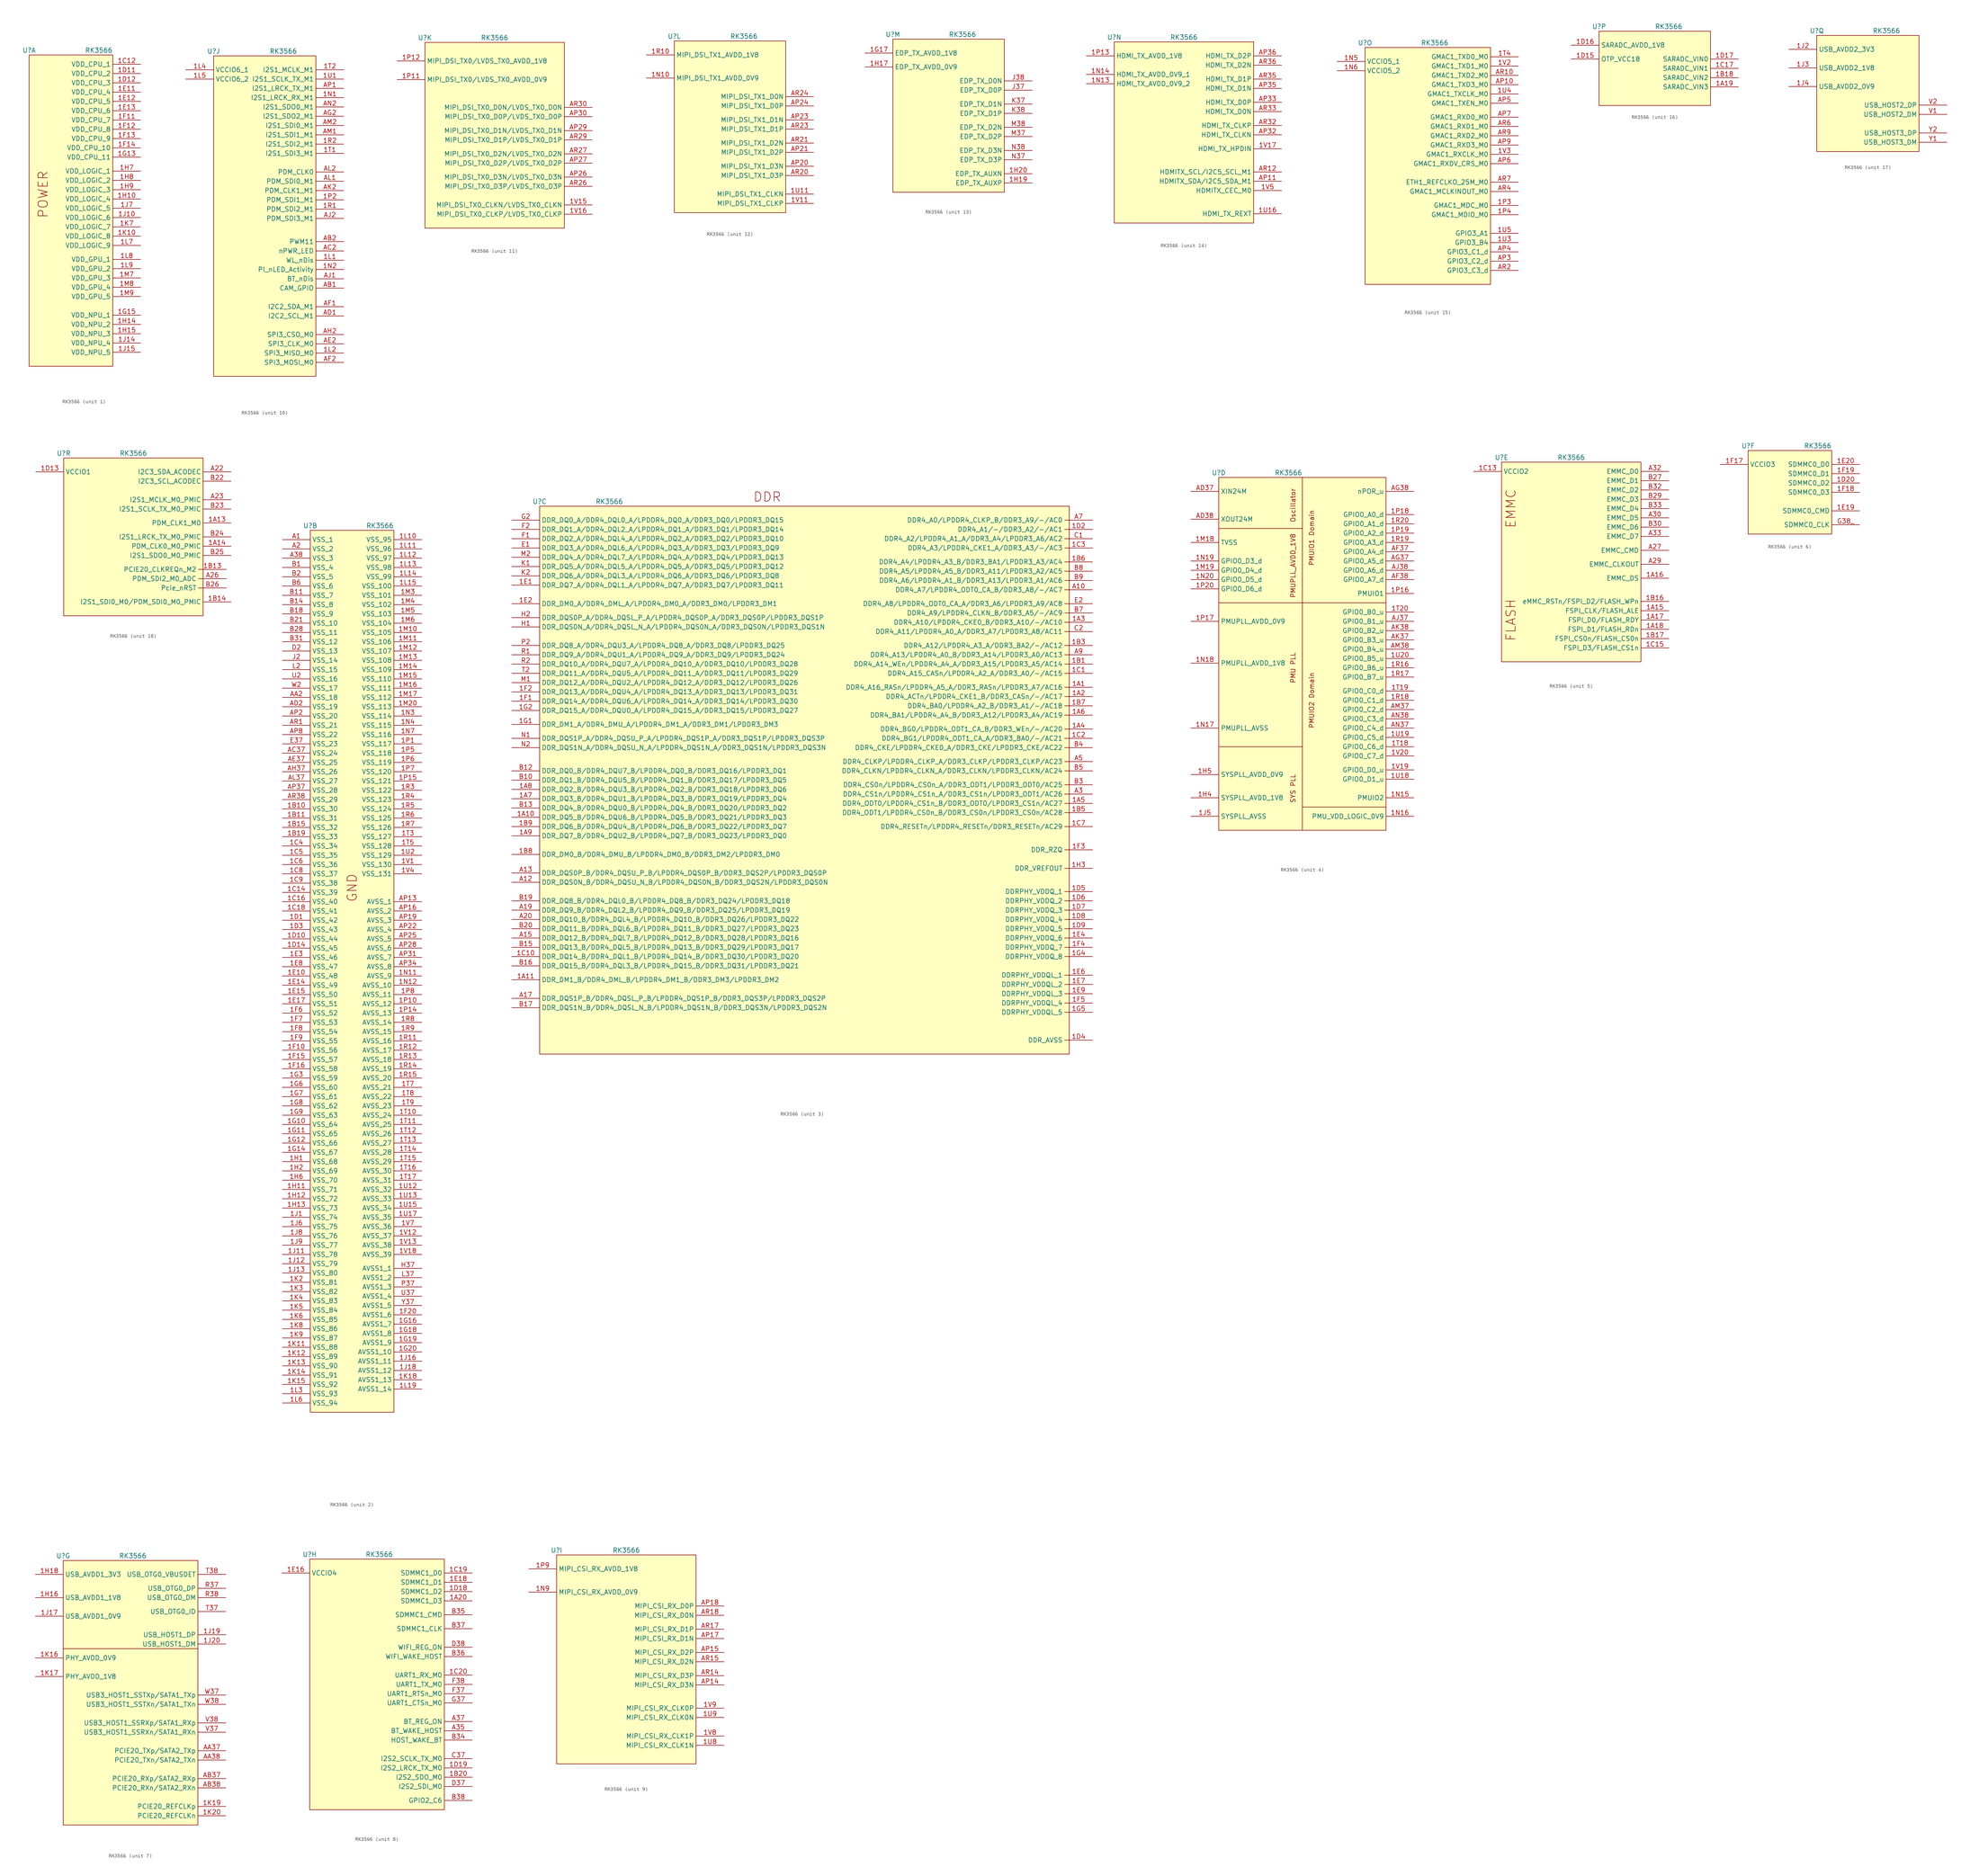
<source format=kicad_sym>
(kicad_symbol_lib
  (version 20211014)
  (generator kicad_symbol_editor)
  (symbol "RK3566"
    (property "Reference" "U"
      (at -11.43 71.12 0)
      (effects (font (size 1.27 1.27))))
    (property "Value" "RK3566"
      (at 7.62 71.12 0)
      (effects (font (size 1.27 1.27))))
    (property "ki_locked" ""
      (at 0 0 0)
      (effects (font (size 1.27 1.27))))
    (symbol "RK3566_1_1"
      (rectangle (start -11.43 69.85) (end 11.43 -15.24) (stroke (width 0) (type default) (color 0 0 0 0)) (fill (type background)))
      (text "POWER" (at -7.62 31.75 900) (effects (font (size 2.54 2.54))))
      (pin power_in line (at 19.05 67.31 180) (length 7.62) (name "VDD_CPU_1" (effects (font (size 1.27 1.27)))) (number "1C12" (effects (font (size 1.27 1.27)))))
      (pin power_in line (at 19.05 64.77 180) (length 7.62) (name "VDD_CPU_2" (effects (font (size 1.27 1.27)))) (number "1D11" (effects (font (size 1.27 1.27)))))
      (pin power_in line (at 19.05 62.23 180) (length 7.62) (name "VDD_CPU_3" (effects (font (size 1.27 1.27)))) (number "1D12" (effects (font (size 1.27 1.27)))))
      (pin power_in line (at 19.05 59.69 180) (length 7.62) (name "VDD_CPU_4" (effects (font (size 1.27 1.27)))) (number "1E11" (effects (font (size 1.27 1.27)))))
      (pin power_in line (at 19.05 57.15 180) (length 7.62) (name "VDD_CPU_5" (effects (font (size 1.27 1.27)))) (number "1E12" (effects (font (size 1.27 1.27)))))
      (pin power_in line (at 19.05 54.61 180) (length 7.62) (name "VDD_CPU_6" (effects (font (size 1.27 1.27)))) (number "1E13" (effects (font (size 1.27 1.27)))))
      (pin power_in line (at 19.05 52.07 180) (length 7.62) (name "VDD_CPU_7" (effects (font (size 1.27 1.27)))) (number "1F11" (effects (font (size 1.27 1.27)))))
      (pin power_in line (at 19.05 49.53 180) (length 7.62) (name "VDD_CPU_8" (effects (font (size 1.27 1.27)))) (number "1F12" (effects (font (size 1.27 1.27)))))
      (pin power_in line (at 19.05 46.99 180) (length 7.62) (name "VDD_CPU_9" (effects (font (size 1.27 1.27)))) (number "1F13" (effects (font (size 1.27 1.27)))))
      (pin power_in line (at 19.05 44.45 180) (length 7.62) (name "VDD_CPU_10" (effects (font (size 1.27 1.27)))) (number "1F14" (effects (font (size 1.27 1.27)))))
      (pin power_in line (at 19.05 41.91 180) (length 7.62) (name "VDD_CPU_11" (effects (font (size 1.27 1.27)))) (number "1G13" (effects (font (size 1.27 1.27)))))
      (pin power_in line (at 19.05 -1.27 180) (length 7.62) (name "VDD_NPU_1" (effects (font (size 1.27 1.27)))) (number "1G15" (effects (font (size 1.27 1.27)))))
      (pin power_in line (at 19.05 30.48 180) (length 7.62) (name "VDD_LOGIC_4" (effects (font (size 1.27 1.27)))) (number "1H10" (effects (font (size 1.27 1.27)))))
      (pin power_in line (at 19.05 -3.81 180) (length 7.62) (name "VDD_NPU_2" (effects (font (size 1.27 1.27)))) (number "1H14" (effects (font (size 1.27 1.27)))))
      (pin power_in line (at 19.05 -6.35 180) (length 7.62) (name "VDD_NPU_3" (effects (font (size 1.27 1.27)))) (number "1H15" (effects (font (size 1.27 1.27)))))
      (pin power_in line (at 19.05 38.1 180) (length 7.62) (name "VDD_LOGIC_1" (effects (font (size 1.27 1.27)))) (number "1H7" (effects (font (size 1.27 1.27)))))
      (pin power_in line (at 19.05 35.56 180) (length 7.62) (name "VDD_LOGIC_2" (effects (font (size 1.27 1.27)))) (number "1H8" (effects (font (size 1.27 1.27)))))
      (pin power_in line (at 19.05 33.02 180) (length 7.62) (name "VDD_LOGIC_3" (effects (font (size 1.27 1.27)))) (number "1H9" (effects (font (size 1.27 1.27)))))
      (pin power_in line (at 19.05 25.4 180) (length 7.62) (name "VDD_LOGIC_6" (effects (font (size 1.27 1.27)))) (number "1J10" (effects (font (size 1.27 1.27)))))
      (pin power_in line (at 19.05 -8.89 180) (length 7.62) (name "VDD_NPU_4" (effects (font (size 1.27 1.27)))) (number "1J14" (effects (font (size 1.27 1.27)))))
      (pin power_in line (at 19.05 -11.43 180) (length 7.62) (name "VDD_NPU_5" (effects (font (size 1.27 1.27)))) (number "1J15" (effects (font (size 1.27 1.27)))))
      (pin power_in line (at 19.05 27.94 180) (length 7.62) (name "VDD_LOGIC_5" (effects (font (size 1.27 1.27)))) (number "1J7" (effects (font (size 1.27 1.27)))))
      (pin power_in line (at 19.05 20.32 180) (length 7.62) (name "VDD_LOGIC_8" (effects (font (size 1.27 1.27)))) (number "1K10" (effects (font (size 1.27 1.27)))))
      (pin power_in line (at 19.05 22.86 180) (length 7.62) (name "VDD_LOGIC_7" (effects (font (size 1.27 1.27)))) (number "1K7" (effects (font (size 1.27 1.27)))))
      (pin power_in line (at 19.05 17.78 180) (length 7.62) (name "VDD_LOGIC_9" (effects (font (size 1.27 1.27)))) (number "1L7" (effects (font (size 1.27 1.27)))))
      (pin power_in line (at 19.05 13.97 180) (length 7.62) (name "VDD_GPU_1" (effects (font (size 1.27 1.27)))) (number "1L8" (effects (font (size 1.27 1.27)))))
      (pin power_in line (at 19.05 11.43 180) (length 7.62) (name "VDD_GPU_2" (effects (font (size 1.27 1.27)))) (number "1L9" (effects (font (size 1.27 1.27)))))
      (pin power_in line (at 19.05 8.89 180) (length 7.62) (name "VDD_GPU_3" (effects (font (size 1.27 1.27)))) (number "1M7" (effects (font (size 1.27 1.27)))))
      (pin power_in line (at 19.05 6.35 180) (length 7.62) (name "VDD_GPU_4" (effects (font (size 1.27 1.27)))) (number "1M8" (effects (font (size 1.27 1.27)))))
      (pin power_in line (at 19.05 3.81 180) (length 7.62) (name "VDD_GPU_5" (effects (font (size 1.27 1.27)))) (number "1M9" (effects (font (size 1.27 1.27))))))
    (symbol "RK3566_2_1"
      (rectangle (start -11.43 69.85) (end 11.43 -171.45) (stroke (width 0) (type default) (color 0 0 0 0)) (fill (type background)))
      (text "GND" (at 0 -27.94 900) (effects (font (size 2.54 2.54))))
      (pin power_in line (at -19.05 -6.35 0) (length 7.62) (name "VSS_30" (effects (font (size 1.27 1.27)))) (number "1B10" (effects (font (size 1.27 1.27)))))
      (pin power_in line (at -19.05 -8.89 0) (length 7.62) (name "VSS_31" (effects (font (size 1.27 1.27)))) (number "1B11" (effects (font (size 1.27 1.27)))))
      (pin power_in line (at -19.05 -11.43 0) (length 7.62) (name "VSS_32" (effects (font (size 1.27 1.27)))) (number "1B15" (effects (font (size 1.27 1.27)))))
      (pin power_in line (at -19.05 -13.97 0) (length 7.62) (name "VSS_33" (effects (font (size 1.27 1.27)))) (number "1B19" (effects (font (size 1.27 1.27)))))
      (pin power_in line (at -19.05 -29.21 0) (length 7.62) (name "VSS_39" (effects (font (size 1.27 1.27)))) (number "1C14" (effects (font (size 1.27 1.27)))))
      (pin power_in line (at -19.05 -31.75 0) (length 7.62) (name "VSS_40" (effects (font (size 1.27 1.27)))) (number "1C16" (effects (font (size 1.27 1.27)))))
      (pin power_in line (at -19.05 -34.29 0) (length 7.62) (name "VSS_41" (effects (font (size 1.27 1.27)))) (number "1C18" (effects (font (size 1.27 1.27)))))
      (pin power_in line (at -19.05 -16.51 0) (length 7.62) (name "VSS_34" (effects (font (size 1.27 1.27)))) (number "1C4" (effects (font (size 1.27 1.27)))))
      (pin power_in line (at -19.05 -19.05 0) (length 7.62) (name "VSS_35" (effects (font (size 1.27 1.27)))) (number "1C5" (effects (font (size 1.27 1.27)))))
      (pin power_in line (at -19.05 -21.59 0) (length 7.62) (name "VSS_36" (effects (font (size 1.27 1.27)))) (number "1C6" (effects (font (size 1.27 1.27)))))
      (pin power_in line (at -19.05 -24.13 0) (length 7.62) (name "VSS_37" (effects (font (size 1.27 1.27)))) (number "1C8" (effects (font (size 1.27 1.27)))))
      (pin power_in line (at -19.05 -26.67 0) (length 7.62) (name "VSS_38" (effects (font (size 1.27 1.27)))) (number "1C9" (effects (font (size 1.27 1.27)))))
      (pin power_in line (at -19.05 -36.83 0) (length 7.62) (name "VSS_42" (effects (font (size 1.27 1.27)))) (number "1D1" (effects (font (size 1.27 1.27)))))
      (pin power_in line (at -19.05 -41.91 0) (length 7.62) (name "VSS_44" (effects (font (size 1.27 1.27)))) (number "1D10" (effects (font (size 1.27 1.27)))))
      (pin power_in line (at -19.05 -44.45 0) (length 7.62) (name "VSS_45" (effects (font (size 1.27 1.27)))) (number "1D14" (effects (font (size 1.27 1.27)))))
      (pin power_in line (at -19.05 -39.37 0) (length 7.62) (name "VSS_43" (effects (font (size 1.27 1.27)))) (number "1D3" (effects (font (size 1.27 1.27)))))
      (pin power_in line (at -19.05 -52.07 0) (length 7.62) (name "VSS_48" (effects (font (size 1.27 1.27)))) (number "1E10" (effects (font (size 1.27 1.27)))))
      (pin power_in line (at -19.05 -54.61 0) (length 7.62) (name "VSS_49" (effects (font (size 1.27 1.27)))) (number "1E14" (effects (font (size 1.27 1.27)))))
      (pin power_in line (at -19.05 -57.15 0) (length 7.62) (name "VSS_50" (effects (font (size 1.27 1.27)))) (number "1E15" (effects (font (size 1.27 1.27)))))
      (pin power_in line (at -19.05 -59.69 0) (length 7.62) (name "VSS_51" (effects (font (size 1.27 1.27)))) (number "1E17" (effects (font (size 1.27 1.27)))))
      (pin power_in line (at -19.05 -46.99 0) (length 7.62) (name "VSS_46" (effects (font (size 1.27 1.27)))) (number "1E3" (effects (font (size 1.27 1.27)))))
      (pin power_in line (at -19.05 -49.53 0) (length 7.62) (name "VSS_47" (effects (font (size 1.27 1.27)))) (number "1E8" (effects (font (size 1.27 1.27)))))
      (pin power_in line (at -19.05 -72.39 0) (length 7.62) (name "VSS_56" (effects (font (size 1.27 1.27)))) (number "1F10" (effects (font (size 1.27 1.27)))))
      (pin power_in line (at -19.05 -74.93 0) (length 7.62) (name "VSS_57" (effects (font (size 1.27 1.27)))) (number "1F15" (effects (font (size 1.27 1.27)))))
      (pin power_in line (at -19.05 -77.47 0) (length 7.62) (name "VSS_58" (effects (font (size 1.27 1.27)))) (number "1F16" (effects (font (size 1.27 1.27)))))
      (pin power_in line (at 19.05 -144.78 180) (length 7.62) (name "AVSS1_6" (effects (font (size 1.27 1.27)))) (number "1F20" (effects (font (size 1.27 1.27)))))
      (pin power_in line (at -19.05 -62.23 0) (length 7.62) (name "VSS_52" (effects (font (size 1.27 1.27)))) (number "1F6" (effects (font (size 1.27 1.27)))))
      (pin power_in line (at -19.05 -64.77 0) (length 7.62) (name "VSS_53" (effects (font (size 1.27 1.27)))) (number "1F7" (effects (font (size 1.27 1.27)))))
      (pin power_in line (at -19.05 -67.31 0) (length 7.62) (name "VSS_54" (effects (font (size 1.27 1.27)))) (number "1F8" (effects (font (size 1.27 1.27)))))
      (pin power_in line (at -19.05 -69.85 0) (length 7.62) (name "VSS_55" (effects (font (size 1.27 1.27)))) (number "1F9" (effects (font (size 1.27 1.27)))))
      (pin power_in line (at -19.05 -92.71 0) (length 7.62) (name "VSS_64" (effects (font (size 1.27 1.27)))) (number "1G10" (effects (font (size 1.27 1.27)))))
      (pin power_in line (at -19.05 -95.25 0) (length 7.62) (name "VSS_65" (effects (font (size 1.27 1.27)))) (number "1G11" (effects (font (size 1.27 1.27)))))
      (pin power_in line (at -19.05 -97.79 0) (length 7.62) (name "VSS_66" (effects (font (size 1.27 1.27)))) (number "1G12" (effects (font (size 1.27 1.27)))))
      (pin power_in line (at -19.05 -100.33 0) (length 7.62) (name "VSS_67" (effects (font (size 1.27 1.27)))) (number "1G14" (effects (font (size 1.27 1.27)))))
      (pin power_in line (at 19.05 -147.32 180) (length 7.62) (name "AVSS1_7" (effects (font (size 1.27 1.27)))) (number "1G16" (effects (font (size 1.27 1.27)))))
      (pin power_in line (at 19.05 -149.86 180) (length 7.62) (name "AVSS1_8" (effects (font (size 1.27 1.27)))) (number "1G18" (effects (font (size 1.27 1.27)))))
      (pin power_in line (at 19.05 -152.4 180) (length 7.62) (name "AVSS1_9" (effects (font (size 1.27 1.27)))) (number "1G19" (effects (font (size 1.27 1.27)))))
      (pin power_in line (at 19.05 -154.94 180) (length 7.62) (name "AVSS1_10" (effects (font (size 1.27 1.27)))) (number "1G20" (effects (font (size 1.27 1.27)))))
      (pin power_in line (at -19.05 -80.01 0) (length 7.62) (name "VSS_59" (effects (font (size 1.27 1.27)))) (number "1G3" (effects (font (size 1.27 1.27)))))
      (pin power_in line (at -19.05 -82.55 0) (length 7.62) (name "VSS_60" (effects (font (size 1.27 1.27)))) (number "1G6" (effects (font (size 1.27 1.27)))))
      (pin power_in line (at -19.05 -85.09 0) (length 7.62) (name "VSS_61" (effects (font (size 1.27 1.27)))) (number "1G7" (effects (font (size 1.27 1.27)))))
      (pin power_in line (at -19.05 -87.63 0) (length 7.62) (name "VSS_62" (effects (font (size 1.27 1.27)))) (number "1G8" (effects (font (size 1.27 1.27)))))
      (pin power_in line (at -19.05 -90.17 0) (length 7.62) (name "VSS_63" (effects (font (size 1.27 1.27)))) (number "1G9" (effects (font (size 1.27 1.27)))))
      (pin power_in line (at -19.05 -102.87 0) (length 7.62) (name "VSS_68" (effects (font (size 1.27 1.27)))) (number "1H1" (effects (font (size 1.27 1.27)))))
      (pin power_in line (at -19.05 -110.49 0) (length 7.62) (name "VSS_71" (effects (font (size 1.27 1.27)))) (number "1H11" (effects (font (size 1.27 1.27)))))
      (pin power_in line (at -19.05 -113.03 0) (length 7.62) (name "VSS_72" (effects (font (size 1.27 1.27)))) (number "1H12" (effects (font (size 1.27 1.27)))))
      (pin power_in line (at -19.05 -115.57 0) (length 7.62) (name "VSS_73" (effects (font (size 1.27 1.27)))) (number "1H13" (effects (font (size 1.27 1.27)))))
      (pin power_in line (at -19.05 -105.41 0) (length 7.62) (name "VSS_69" (effects (font (size 1.27 1.27)))) (number "1H2" (effects (font (size 1.27 1.27)))))
      (pin power_in line (at -19.05 -107.95 0) (length 7.62) (name "VSS_70" (effects (font (size 1.27 1.27)))) (number "1H6" (effects (font (size 1.27 1.27)))))
      (pin power_in line (at -19.05 -118.11 0) (length 7.62) (name "VSS_74" (effects (font (size 1.27 1.27)))) (number "1J1" (effects (font (size 1.27 1.27)))))
      (pin power_in line (at -19.05 -128.27 0) (length 7.62) (name "VSS_78" (effects (font (size 1.27 1.27)))) (number "1J11" (effects (font (size 1.27 1.27)))))
      (pin power_in line (at -19.05 -130.81 0) (length 7.62) (name "VSS_79" (effects (font (size 1.27 1.27)))) (number "1J12" (effects (font (size 1.27 1.27)))))
      (pin power_in line (at -19.05 -133.35 0) (length 7.62) (name "VSS_80" (effects (font (size 1.27 1.27)))) (number "1J13" (effects (font (size 1.27 1.27)))))
      (pin power_in line (at 19.05 -157.48 180) (length 7.62) (name "AVSS1_11" (effects (font (size 1.27 1.27)))) (number "1J16" (effects (font (size 1.27 1.27)))))
      (pin power_in line (at 19.05 -160.02 180) (length 7.62) (name "AVSS1_12" (effects (font (size 1.27 1.27)))) (number "1J18" (effects (font (size 1.27 1.27)))))
      (pin power_in line (at -19.05 -120.65 0) (length 7.62) (name "VSS_75" (effects (font (size 1.27 1.27)))) (number "1J6" (effects (font (size 1.27 1.27)))))
      (pin power_in line (at -19.05 -123.19 0) (length 7.62) (name "VSS_76" (effects (font (size 1.27 1.27)))) (number "1J8" (effects (font (size 1.27 1.27)))))
      (pin power_in line (at -19.05 -125.73 0) (length 7.62) (name "VSS_77" (effects (font (size 1.27 1.27)))) (number "1J9" (effects (font (size 1.27 1.27)))))
      (pin power_in line (at -19.05 -153.67 0) (length 7.62) (name "VSS_88" (effects (font (size 1.27 1.27)))) (number "1K11" (effects (font (size 1.27 1.27)))))
      (pin power_in line (at -19.05 -156.21 0) (length 7.62) (name "VSS_89" (effects (font (size 1.27 1.27)))) (number "1K12" (effects (font (size 1.27 1.27)))))
      (pin power_in line (at -19.05 -158.75 0) (length 7.62) (name "VSS_90" (effects (font (size 1.27 1.27)))) (number "1K13" (effects (font (size 1.27 1.27)))))
      (pin power_in line (at -19.05 -161.29 0) (length 7.62) (name "VSS_91" (effects (font (size 1.27 1.27)))) (number "1K14" (effects (font (size 1.27 1.27)))))
      (pin power_in line (at -19.05 -163.83 0) (length 7.62) (name "VSS_92" (effects (font (size 1.27 1.27)))) (number "1K15" (effects (font (size 1.27 1.27)))))
      (pin power_in line (at 19.05 -162.56 180) (length 7.62) (name "AVSS1_13" (effects (font (size 1.27 1.27)))) (number "1K18" (effects (font (size 1.27 1.27)))))
      (pin power_in line (at -19.05 -135.89 0) (length 7.62) (name "VSS_81" (effects (font (size 1.27 1.27)))) (number "1K2" (effects (font (size 1.27 1.27)))))
      (pin power_in line (at -19.05 -138.43 0) (length 7.62) (name "VSS_82" (effects (font (size 1.27 1.27)))) (number "1K3" (effects (font (size 1.27 1.27)))))
      (pin power_in line (at -19.05 -140.97 0) (length 7.62) (name "VSS_83" (effects (font (size 1.27 1.27)))) (number "1K4" (effects (font (size 1.27 1.27)))))
      (pin power_in line (at -19.05 -143.51 0) (length 7.62) (name "VSS_84" (effects (font (size 1.27 1.27)))) (number "1K5" (effects (font (size 1.27 1.27)))))
      (pin power_in line (at -19.05 -146.05 0) (length 7.62) (name "VSS_85" (effects (font (size 1.27 1.27)))) (number "1K6" (effects (font (size 1.27 1.27)))))
      (pin power_in line (at -19.05 -148.59 0) (length 7.62) (name "VSS_86" (effects (font (size 1.27 1.27)))) (number "1K8" (effects (font (size 1.27 1.27)))))
      (pin power_in line (at -19.05 -151.13 0) (length 7.62) (name "VSS_87" (effects (font (size 1.27 1.27)))) (number "1K9" (effects (font (size 1.27 1.27)))))
      (pin power_in line (at 19.05 67.31 180) (length 7.62) (name "VSS_95" (effects (font (size 1.27 1.27)))) (number "1L10" (effects (font (size 1.27 1.27)))))
      (pin power_in line (at 19.05 64.77 180) (length 7.62) (name "VSS_96" (effects (font (size 1.27 1.27)))) (number "1L11" (effects (font (size 1.27 1.27)))))
      (pin power_in line (at 19.05 62.23 180) (length 7.62) (name "VSS_97" (effects (font (size 1.27 1.27)))) (number "1L12" (effects (font (size 1.27 1.27)))))
      (pin power_in line (at 19.05 59.69 180) (length 7.62) (name "VSS_98" (effects (font (size 1.27 1.27)))) (number "1L13" (effects (font (size 1.27 1.27)))))
      (pin power_in line (at 19.05 57.15 180) (length 7.62) (name "VSS_99" (effects (font (size 1.27 1.27)))) (number "1L14" (effects (font (size 1.27 1.27)))))
      (pin power_in line (at 19.05 54.61 180) (length 7.62) (name "VSS_100" (effects (font (size 1.27 1.27)))) (number "1L15" (effects (font (size 1.27 1.27)))))
      (pin power_in line (at 19.05 -165.1 180) (length 7.62) (name "AVSS1_14" (effects (font (size 1.27 1.27)))) (number "1L19" (effects (font (size 1.27 1.27)))))
      (pin power_in line (at -19.05 -166.37 0) (length 7.62) (name "VSS_93" (effects (font (size 1.27 1.27)))) (number "1L3" (effects (font (size 1.27 1.27)))))
      (pin power_in line (at -19.05 -168.91 0) (length 7.62) (name "VSS_94" (effects (font (size 1.27 1.27)))) (number "1L6" (effects (font (size 1.27 1.27)))))
      (pin power_in line (at 19.05 41.91 180) (length 7.62) (name "VSS_105" (effects (font (size 1.27 1.27)))) (number "1M10" (effects (font (size 1.27 1.27)))))
      (pin power_in line (at 19.05 39.37 180) (length 7.62) (name "VSS_106" (effects (font (size 1.27 1.27)))) (number "1M11" (effects (font (size 1.27 1.27)))))
      (pin power_in line (at 19.05 36.83 180) (length 7.62) (name "VSS_107" (effects (font (size 1.27 1.27)))) (number "1M12" (effects (font (size 1.27 1.27)))))
      (pin power_in line (at 19.05 34.29 180) (length 7.62) (name "VSS_108" (effects (font (size 1.27 1.27)))) (number "1M13" (effects (font (size 1.27 1.27)))))
      (pin power_in line (at 19.05 31.75 180) (length 7.62) (name "VSS_109" (effects (font (size 1.27 1.27)))) (number "1M14" (effects (font (size 1.27 1.27)))))
      (pin power_in line (at 19.05 29.21 180) (length 7.62) (name "VSS_110" (effects (font (size 1.27 1.27)))) (number "1M15" (effects (font (size 1.27 1.27)))))
      (pin power_in line (at 19.05 26.67 180) (length 7.62) (name "VSS_111" (effects (font (size 1.27 1.27)))) (number "1M16" (effects (font (size 1.27 1.27)))))
      (pin power_in line (at 19.05 24.13 180) (length 7.62) (name "VSS_112" (effects (font (size 1.27 1.27)))) (number "1M17" (effects (font (size 1.27 1.27)))))
      (pin power_in line (at 19.05 21.59 180) (length 7.62) (name "VSS_113" (effects (font (size 1.27 1.27)))) (number "1M20" (effects (font (size 1.27 1.27)))))
      (pin power_in line (at 19.05 52.07 180) (length 7.62) (name "VSS_101" (effects (font (size 1.27 1.27)))) (number "1M3" (effects (font (size 1.27 1.27)))))
      (pin power_in line (at 19.05 49.53 180) (length 7.62) (name "VSS_102" (effects (font (size 1.27 1.27)))) (number "1M4" (effects (font (size 1.27 1.27)))))
      (pin power_in line (at 19.05 46.99 180) (length 7.62) (name "VSS_103" (effects (font (size 1.27 1.27)))) (number "1M5" (effects (font (size 1.27 1.27)))))
      (pin power_in line (at 19.05 44.45 180) (length 7.62) (name "VSS_104" (effects (font (size 1.27 1.27)))) (number "1M6" (effects (font (size 1.27 1.27)))))
      (pin power_in line (at 19.05 -52.07 180) (length 7.62) (name "AVSS_9" (effects (font (size 1.27 1.27)))) (number "1N11" (effects (font (size 1.27 1.27)))))
      (pin power_in line (at 19.05 -54.61 180) (length 7.62) (name "AVSS_10" (effects (font (size 1.27 1.27)))) (number "1N12" (effects (font (size 1.27 1.27)))))
      (pin power_in line (at 19.05 19.05 180) (length 7.62) (name "VSS_114" (effects (font (size 1.27 1.27)))) (number "1N3" (effects (font (size 1.27 1.27)))))
      (pin power_in line (at 19.05 16.51 180) (length 7.62) (name "VSS_115" (effects (font (size 1.27 1.27)))) (number "1N4" (effects (font (size 1.27 1.27)))))
      (pin power_in line (at 19.05 13.97 180) (length 7.62) (name "VSS_116" (effects (font (size 1.27 1.27)))) (number "1N7" (effects (font (size 1.27 1.27)))))
      (pin power_in line (at 19.05 11.43 180) (length 7.62) (name "VSS_117" (effects (font (size 1.27 1.27)))) (number "1P1" (effects (font (size 1.27 1.27)))))
      (pin power_in line (at 19.05 -59.69 180) (length 7.62) (name "AVSS_12" (effects (font (size 1.27 1.27)))) (number "1P10" (effects (font (size 1.27 1.27)))))
      (pin power_in line (at 19.05 -62.23 180) (length 7.62) (name "AVSS_13" (effects (font (size 1.27 1.27)))) (number "1P14" (effects (font (size 1.27 1.27)))))
      (pin power_in line (at 19.05 1.27 180) (length 7.62) (name "VSS_121" (effects (font (size 1.27 1.27)))) (number "1P15" (effects (font (size 1.27 1.27)))))
      (pin power_in line (at 19.05 8.89 180) (length 7.62) (name "VSS_118" (effects (font (size 1.27 1.27)))) (number "1P5" (effects (font (size 1.27 1.27)))))
      (pin power_in line (at 19.05 6.35 180) (length 7.62) (name "VSS_119" (effects (font (size 1.27 1.27)))) (number "1P6" (effects (font (size 1.27 1.27)))))
      (pin power_in line (at 19.05 3.81 180) (length 7.62) (name "VSS_120" (effects (font (size 1.27 1.27)))) (number "1P7" (effects (font (size 1.27 1.27)))))
      (pin power_in line (at 19.05 -57.15 180) (length 7.62) (name "AVSS_11" (effects (font (size 1.27 1.27)))) (number "1P8" (effects (font (size 1.27 1.27)))))
      (pin power_in line (at 19.05 -69.85 180) (length 7.62) (name "AVSS_16" (effects (font (size 1.27 1.27)))) (number "1R11" (effects (font (size 1.27 1.27)))))
      (pin power_in line (at 19.05 -72.39 180) (length 7.62) (name "AVSS_17" (effects (font (size 1.27 1.27)))) (number "1R12" (effects (font (size 1.27 1.27)))))
      (pin power_in line (at 19.05 -74.93 180) (length 7.62) (name "AVSS_18" (effects (font (size 1.27 1.27)))) (number "1R13" (effects (font (size 1.27 1.27)))))
      (pin power_in line (at 19.05 -77.47 180) (length 7.62) (name "AVSS_19" (effects (font (size 1.27 1.27)))) (number "1R14" (effects (font (size 1.27 1.27)))))
      (pin power_in line (at 19.05 -80.01 180) (length 7.62) (name "AVSS_20" (effects (font (size 1.27 1.27)))) (number "1R15" (effects (font (size 1.27 1.27)))))
      (pin power_in line (at 19.05 -1.27 180) (length 7.62) (name "VSS_122" (effects (font (size 1.27 1.27)))) (number "1R3" (effects (font (size 1.27 1.27)))))
      (pin power_in line (at 19.05 -3.81 180) (length 7.62) (name "VSS_123" (effects (font (size 1.27 1.27)))) (number "1R4" (effects (font (size 1.27 1.27)))))
      (pin power_in line (at 19.05 -6.35 180) (length 7.62) (name "VSS_124" (effects (font (size 1.27 1.27)))) (number "1R5" (effects (font (size 1.27 1.27)))))
      (pin power_in line (at 19.05 -8.89 180) (length 7.62) (name "VSS_125" (effects (font (size 1.27 1.27)))) (number "1R6" (effects (font (size 1.27 1.27)))))
      (pin power_in line (at 19.05 -11.43 180) (length 7.62) (name "VSS_126" (effects (font (size 1.27 1.27)))) (number "1R7" (effects (font (size 1.27 1.27)))))
      (pin power_in line (at 19.05 -64.77 180) (length 7.62) (name "AVSS_14" (effects (font (size 1.27 1.27)))) (number "1R8" (effects (font (size 1.27 1.27)))))
      (pin power_in line (at 19.05 -67.31 180) (length 7.62) (name "AVSS_15" (effects (font (size 1.27 1.27)))) (number "1R9" (effects (font (size 1.27 1.27)))))
      (pin power_in line (at 19.05 -90.17 180) (length 7.62) (name "AVSS_24" (effects (font (size 1.27 1.27)))) (number "1T10" (effects (font (size 1.27 1.27)))))
      (pin power_in line (at 19.05 -92.71 180) (length 7.62) (name "AVSS_25" (effects (font (size 1.27 1.27)))) (number "1T11" (effects (font (size 1.27 1.27)))))
      (pin power_in line (at 19.05 -95.25 180) (length 7.62) (name "AVSS_26" (effects (font (size 1.27 1.27)))) (number "1T12" (effects (font (size 1.27 1.27)))))
      (pin power_in line (at 19.05 -97.79 180) (length 7.62) (name "AVSS_27" (effects (font (size 1.27 1.27)))) (number "1T13" (effects (font (size 1.27 1.27)))))
      (pin power_in line (at 19.05 -100.33 180) (length 7.62) (name "AVSS_28" (effects (font (size 1.27 1.27)))) (number "1T14" (effects (font (size 1.27 1.27)))))
      (pin power_in line (at 19.05 -102.87 180) (length 7.62) (name "AVSS_29" (effects (font (size 1.27 1.27)))) (number "1T15" (effects (font (size 1.27 1.27)))))
      (pin power_in line (at 19.05 -105.41 180) (length 7.62) (name "AVSS_30" (effects (font (size 1.27 1.27)))) (number "1T16" (effects (font (size 1.27 1.27)))))
      (pin power_in line (at 19.05 -107.95 180) (length 7.62) (name "AVSS_31" (effects (font (size 1.27 1.27)))) (number "1T17" (effects (font (size 1.27 1.27)))))
      (pin power_in line (at 19.05 -13.97 180) (length 7.62) (name "VSS_127" (effects (font (size 1.27 1.27)))) (number "1T3" (effects (font (size 1.27 1.27)))))
      (pin power_in line (at 19.05 -16.51 180) (length 7.62) (name "VSS_128" (effects (font (size 1.27 1.27)))) (number "1T5" (effects (font (size 1.27 1.27)))))
      (pin power_in line (at 19.05 -82.55 180) (length 7.62) (name "AVSS_21" (effects (font (size 1.27 1.27)))) (number "1T7" (effects (font (size 1.27 1.27)))))
      (pin power_in line (at 19.05 -85.09 180) (length 7.62) (name "AVSS_22" (effects (font (size 1.27 1.27)))) (number "1T8" (effects (font (size 1.27 1.27)))))
      (pin power_in line (at 19.05 -87.63 180) (length 7.62) (name "AVSS_23" (effects (font (size 1.27 1.27)))) (number "1T9" (effects (font (size 1.27 1.27)))))
      (pin power_in line (at 19.05 -110.49 180) (length 7.62) (name "AVSS_32" (effects (font (size 1.27 1.27)))) (number "1U12" (effects (font (size 1.27 1.27)))))
      (pin power_in line (at 19.05 -113.03 180) (length 7.62) (name "AVSS_33" (effects (font (size 1.27 1.27)))) (number "1U13" (effects (font (size 1.27 1.27)))))
      (pin power_in line (at 19.05 -115.57 180) (length 7.62) (name "AVSS_34" (effects (font (size 1.27 1.27)))) (number "1U15" (effects (font (size 1.27 1.27)))))
      (pin power_in line (at 19.05 -118.11 180) (length 7.62) (name "AVSS_35" (effects (font (size 1.27 1.27)))) (number "1U17" (effects (font (size 1.27 1.27)))))
      (pin power_in line (at 19.05 -19.05 180) (length 7.62) (name "VSS_129" (effects (font (size 1.27 1.27)))) (number "1U2" (effects (font (size 1.27 1.27)))))
      (pin power_in line (at 19.05 -21.59 180) (length 7.62) (name "VSS_130" (effects (font (size 1.27 1.27)))) (number "1V1" (effects (font (size 1.27 1.27)))))
      (pin power_in line (at 19.05 -123.19 180) (length 7.62) (name "AVSS_37" (effects (font (size 1.27 1.27)))) (number "1V12" (effects (font (size 1.27 1.27)))))
      (pin power_in line (at 19.05 -125.73 180) (length 7.62) (name "AVSS_38" (effects (font (size 1.27 1.27)))) (number "1V13" (effects (font (size 1.27 1.27)))))
      (pin power_in line (at 19.05 -128.27 180) (length 7.62) (name "AVSS_39" (effects (font (size 1.27 1.27)))) (number "1V18" (effects (font (size 1.27 1.27)))))
      (pin power_in line (at 19.05 -24.13 180) (length 7.62) (name "VSS_131" (effects (font (size 1.27 1.27)))) (number "1V4" (effects (font (size 1.27 1.27)))))
      (pin power_in line (at 19.05 -120.65 180) (length 7.62) (name "AVSS_36" (effects (font (size 1.27 1.27)))) (number "1V7" (effects (font (size 1.27 1.27)))))
      (pin power_in line (at -19.05 67.31 0) (length 7.62) (name "VSS_1" (effects (font (size 1.27 1.27)))) (number "A1" (effects (font (size 1.27 1.27)))))
      (pin power_in line (at -19.05 64.77 0) (length 7.62) (name "VSS_2" (effects (font (size 1.27 1.27)))) (number "A2" (effects (font (size 1.27 1.27)))))
      (pin power_in line (at -19.05 62.23 0) (length 7.62) (name "VSS_3" (effects (font (size 1.27 1.27)))) (number "A38" (effects (font (size 1.27 1.27)))))
      (pin power_in line (at -19.05 24.13 0) (length 7.62) (name "VSS_18" (effects (font (size 1.27 1.27)))) (number "AA2" (effects (font (size 1.27 1.27)))))
      (pin power_in line (at -19.05 8.89 0) (length 7.62) (name "VSS_24" (effects (font (size 1.27 1.27)))) (number "AC37" (effects (font (size 1.27 1.27)))))
      (pin power_in line (at -19.05 21.59 0) (length 7.62) (name "VSS_19" (effects (font (size 1.27 1.27)))) (number "AD2" (effects (font (size 1.27 1.27)))))
      (pin power_in line (at -19.05 6.35 0) (length 7.62) (name "VSS_25" (effects (font (size 1.27 1.27)))) (number "AE37" (effects (font (size 1.27 1.27)))))
      (pin power_in line (at -19.05 3.81 0) (length 7.62) (name "VSS_26" (effects (font (size 1.27 1.27)))) (number "AH37" (effects (font (size 1.27 1.27)))))
      (pin power_in line (at -19.05 1.27 0) (length 7.62) (name "VSS_27" (effects (font (size 1.27 1.27)))) (number "AL37" (effects (font (size 1.27 1.27)))))
      (pin power_in line (at 19.05 -31.75 180) (length 7.62) (name "AVSS_1" (effects (font (size 1.27 1.27)))) (number "AP13" (effects (font (size 1.27 1.27)))))
      (pin power_in line (at 19.05 -34.29 180) (length 7.62) (name "AVSS_2" (effects (font (size 1.27 1.27)))) (number "AP16" (effects (font (size 1.27 1.27)))))
      (pin power_in line (at 19.05 -36.83 180) (length 7.62) (name "AVSS_3" (effects (font (size 1.27 1.27)))) (number "AP19" (effects (font (size 1.27 1.27)))))
      (pin power_in line (at -19.05 19.05 0) (length 7.62) (name "VSS_20" (effects (font (size 1.27 1.27)))) (number "AP2" (effects (font (size 1.27 1.27)))))
      (pin power_in line (at 19.05 -39.37 180) (length 7.62) (name "AVSS_4" (effects (font (size 1.27 1.27)))) (number "AP22" (effects (font (size 1.27 1.27)))))
      (pin power_in line (at 19.05 -41.91 180) (length 7.62) (name "AVSS_5" (effects (font (size 1.27 1.27)))) (number "AP25" (effects (font (size 1.27 1.27)))))
      (pin power_in line (at 19.05 -44.45 180) (length 7.62) (name "AVSS_6" (effects (font (size 1.27 1.27)))) (number "AP28" (effects (font (size 1.27 1.27)))))
      (pin power_in line (at 19.05 -46.99 180) (length 7.62) (name "AVSS_7" (effects (font (size 1.27 1.27)))) (number "AP31" (effects (font (size 1.27 1.27)))))
      (pin power_in line (at 19.05 -49.53 180) (length 7.62) (name "AVSS_8" (effects (font (size 1.27 1.27)))) (number "AP34" (effects (font (size 1.27 1.27)))))
      (pin power_in line (at -19.05 -1.27 0) (length 7.62) (name "VSS_28" (effects (font (size 1.27 1.27)))) (number "AP37" (effects (font (size 1.27 1.27)))))
      (pin power_in line (at -19.05 13.97 0) (length 7.62) (name "VSS_22" (effects (font (size 1.27 1.27)))) (number "AP8" (effects (font (size 1.27 1.27)))))
      (pin power_in line (at -19.05 16.51 0) (length 7.62) (name "VSS_21" (effects (font (size 1.27 1.27)))) (number "AR1" (effects (font (size 1.27 1.27)))))
      (pin power_in line (at -19.05 -3.81 0) (length 7.62) (name "VSS_29" (effects (font (size 1.27 1.27)))) (number "AR38" (effects (font (size 1.27 1.27)))))
      (pin power_in line (at -19.05 59.69 0) (length 7.62) (name "VSS_4" (effects (font (size 1.27 1.27)))) (number "B1" (effects (font (size 1.27 1.27)))))
      (pin power_in line (at -19.05 52.07 0) (length 7.62) (name "VSS_7" (effects (font (size 1.27 1.27)))) (number "B11" (effects (font (size 1.27 1.27)))))
      (pin power_in line (at -19.05 49.53 0) (length 7.62) (name "VSS_8" (effects (font (size 1.27 1.27)))) (number "B14" (effects (font (size 1.27 1.27)))))
      (pin power_in line (at -19.05 46.99 0) (length 7.62) (name "VSS_9" (effects (font (size 1.27 1.27)))) (number "B18" (effects (font (size 1.27 1.27)))))
      (pin power_in line (at -19.05 57.15 0) (length 7.62) (name "VSS_5" (effects (font (size 1.27 1.27)))) (number "B2" (effects (font (size 1.27 1.27)))))
      (pin power_in line (at -19.05 44.45 0) (length 7.62) (name "VSS_10" (effects (font (size 1.27 1.27)))) (number "B21" (effects (font (size 1.27 1.27)))))
      (pin power_in line (at -19.05 41.91 0) (length 7.62) (name "VSS_11" (effects (font (size 1.27 1.27)))) (number "B28" (effects (font (size 1.27 1.27)))))
      (pin power_in line (at -19.05 39.37 0) (length 7.62) (name "VSS_12" (effects (font (size 1.27 1.27)))) (number "B31" (effects (font (size 1.27 1.27)))))
      (pin power_in line (at -19.05 54.61 0) (length 7.62) (name "VSS_6" (effects (font (size 1.27 1.27)))) (number "B6" (effects (font (size 1.27 1.27)))))
      (pin power_in line (at -19.05 36.83 0) (length 7.62) (name "VSS_13" (effects (font (size 1.27 1.27)))) (number "D2" (effects (font (size 1.27 1.27)))))
      (pin power_in line (at -19.05 11.43 0) (length 7.62) (name "VSS_23" (effects (font (size 1.27 1.27)))) (number "E37" (effects (font (size 1.27 1.27)))))
      (pin power_in line (at 19.05 -132.08 180) (length 7.62) (name "AVSS1_1" (effects (font (size 1.27 1.27)))) (number "H37" (effects (font (size 1.27 1.27)))))
      (pin power_in line (at -19.05 34.29 0) (length 7.62) (name "VSS_14" (effects (font (size 1.27 1.27)))) (number "J2" (effects (font (size 1.27 1.27)))))
      (pin power_in line (at -19.05 31.75 0) (length 7.62) (name "VSS_15" (effects (font (size 1.27 1.27)))) (number "L2" (effects (font (size 1.27 1.27)))))
      (pin power_in line (at 19.05 -134.62 180) (length 7.62) (name "AVSS1_2" (effects (font (size 1.27 1.27)))) (number "L37" (effects (font (size 1.27 1.27)))))
      (pin power_in line (at 19.05 -137.16 180) (length 7.62) (name "AVSS1_3" (effects (font (size 1.27 1.27)))) (number "P37" (effects (font (size 1.27 1.27)))))
      (pin power_in line (at -19.05 29.21 0) (length 7.62) (name "VSS_16" (effects (font (size 1.27 1.27)))) (number "U2" (effects (font (size 1.27 1.27)))))
      (pin power_in line (at 19.05 -139.7 180) (length 7.62) (name "AVSS1_4" (effects (font (size 1.27 1.27)))) (number "U37" (effects (font (size 1.27 1.27)))))
      (pin power_in line (at -19.05 26.67 0) (length 7.62) (name "VSS_17" (effects (font (size 1.27 1.27)))) (number "W2" (effects (font (size 1.27 1.27)))))
      (pin power_in line (at 19.05 -142.24 180) (length 7.62) (name "AVSS1_5" (effects (font (size 1.27 1.27)))) (number "Y37" (effects (font (size 1.27 1.27))))))
    (symbol "RK3566_3_1"
      (rectangle (start -11.43 69.85) (end 133.35 -80.01) (stroke (width 0) (type default) (color 0 0 0 0)) (fill (type background)))
      (text "DDR" (at 50.8 72.39 0) (effects (font (size 2.54 2.54))))
      (pin output line (at 139.7 20.32 180) (length 7.62) (name "DDR4_A16_RASn/LPDDR4_A5_A/DDR3_RASn/LPDDR3_A7/AC16" (effects (font (size 1.27 1.27)))) (number "1A1" (effects (font (size 1.27 1.27)))))
      (pin bidirectional line (at -19.05 -15.24 0) (length 7.62) (name "DDR_DQ5_B/DDR4_DQU6_B/LPDDR4_DQ5_B/DDR3_DQ21/LPDDR3_DQ3" (effects (font (size 1.27 1.27)))) (number "1A10" (effects (font (size 1.27 1.27)))))
      (pin bidirectional line (at -19.05 -59.69 0) (length 7.62) (name "DDR_DM1_B/DDR4_DML_B/LPDDR4_DM1_B/DDR3_DM3/LPDDR3_DM2" (effects (font (size 1.27 1.27)))) (number "1A11" (effects (font (size 1.27 1.27)))))
      (pin output line (at 139.7 17.78 180) (length 7.62) (name "DDR4_ACTn/LPDDR4_CKE1_B/DDR3_CASn/-/AC17" (effects (font (size 1.27 1.27)))) (number "1A2" (effects (font (size 1.27 1.27)))))
      (pin output line (at 139.7 38.1 180) (length 7.62) (name "DDR4_A10/LPDDR4_CKE0_B/DDR3_A10/-/AC10" (effects (font (size 1.27 1.27)))) (number "1A3" (effects (font (size 1.27 1.27)))))
      (pin output line (at 139.7 8.89 180) (length 7.62) (name "DDR4_BG0/LPDDR4_ODT1_CA_B/DDR3_WEn/-/AC20" (effects (font (size 1.27 1.27)))) (number "1A4" (effects (font (size 1.27 1.27)))))
      (pin output line (at 139.7 -11.43 180) (length 7.62) (name "DDR4_ODT0/LPDDR4_CS1n_B/DDR3_ODT0/LPDDR3_CS1n/AC27" (effects (font (size 1.27 1.27)))) (number "1A5" (effects (font (size 1.27 1.27)))))
      (pin output line (at 139.7 12.7 180) (length 7.62) (name "DDR4_BA1/LPDDR4_A4_B/DDR3_A12/LPDDR3_A4/AC19" (effects (font (size 1.27 1.27)))) (number "1A6" (effects (font (size 1.27 1.27)))))
      (pin bidirectional line (at -19.05 -10.16 0) (length 7.62) (name "DDR_DQ3_B/DDR4_DQU1_B/LPDDR4_DQ3_B/DDR3_DQ19/LPDDR3_DQ4" (effects (font (size 1.27 1.27)))) (number "1A7" (effects (font (size 1.27 1.27)))))
      (pin bidirectional line (at -19.05 -7.62 0) (length 7.62) (name "DDR_DQ2_B/DDR4_DQU3_B/LPDDR4_DQ2_B/DDR3_DQ18/LPDDR3_DQ6" (effects (font (size 1.27 1.27)))) (number "1A8" (effects (font (size 1.27 1.27)))))
      (pin bidirectional line (at -19.05 -20.32 0) (length 7.62) (name "DDR_DQ7_B/DDR4_DQU2_B/LPDDR4_DQ7_B/DDR3_DQ23/LPDDR3_DQ0" (effects (font (size 1.27 1.27)))) (number "1A9" (effects (font (size 1.27 1.27)))))
      (pin output line (at 139.7 26.67 180) (length 7.62) (name "DDR4_A14_WEn/LPDDR4_A4_A/DDR3_A15/LPDDR3_A5/AC14" (effects (font (size 1.27 1.27)))) (number "1B1" (effects (font (size 1.27 1.27)))))
      (pin output line (at 139.7 31.75 180) (length 7.62) (name "DDR4_A12/LPDDR4_A3_A/DDR3_BA2/-/AC12" (effects (font (size 1.27 1.27)))) (number "1B3" (effects (font (size 1.27 1.27)))))
      (pin output line (at 139.7 -13.97 180) (length 7.62) (name "DDR4_ODT1/LPDDR4_CS0n_B/DDR3_CS0n/LPDDR3_CS0n/AC28" (effects (font (size 1.27 1.27)))) (number "1B5" (effects (font (size 1.27 1.27)))))
      (pin output line (at 139.7 54.61 180) (length 7.62) (name "DDR4_A4/LPDDR4_A3_B/DDR3_BA1/LPDDR3_A3/AC4" (effects (font (size 1.27 1.27)))) (number "1B6" (effects (font (size 1.27 1.27)))))
      (pin output line (at 139.7 15.24 180) (length 7.62) (name "DDR4_BA0/LPDDR4_A2_B/DDR3_A1/-/AC18" (effects (font (size 1.27 1.27)))) (number "1B7" (effects (font (size 1.27 1.27)))))
      (pin bidirectional line (at -19.05 -25.4 0) (length 7.62) (name "DDR_DM0_B/DDR4_DMU_B/LPDDR4_DM0_B/DDR3_DM2/LPDDR3_DM0" (effects (font (size 1.27 1.27)))) (number "1B8" (effects (font (size 1.27 1.27)))))
      (pin bidirectional line (at -19.05 -17.78 0) (length 7.62) (name "DDR_DQ6_B/DDR4_DQU4_B/LPDDR4_DQ6_B/DDR3_DQ22/LPDDR3_DQ7" (effects (font (size 1.27 1.27)))) (number "1B9" (effects (font (size 1.27 1.27)))))
      (pin output line (at 139.7 24.13 180) (length 7.62) (name "DDR4_A15_CASn/LPDDR4_A2_A/DDR3_A0/-/AC15" (effects (font (size 1.27 1.27)))) (number "1C1" (effects (font (size 1.27 1.27)))))
      (pin bidirectional line (at -19.05 -53.34 0) (length 7.62) (name "DDR_DQ14_B/DDR4_DQL1_B/LPDDR4_DQ14_B/DDR3_DQ30/LPDDR3_DQ20" (effects (font (size 1.27 1.27)))) (number "1C10" (effects (font (size 1.27 1.27)))))
      (pin output line (at 139.7 6.35 180) (length 7.62) (name "DDR4_BG1/LPDDR4_ODT1_CA_A/DDR3_BA0/-/AC21" (effects (font (size 1.27 1.27)))) (number "1C2" (effects (font (size 1.27 1.27)))))
      (pin output line (at 139.7 58.42 180) (length 7.62) (name "DDR4_A3/LPDDR4_CKE1_A/DDR3_A3/-/AC3" (effects (font (size 1.27 1.27)))) (number "1C3" (effects (font (size 1.27 1.27)))))
      (pin output line (at 139.7 -17.78 180) (length 7.62) (name "DDR4_RESETn/LPDDR4_RESETn/DDR3_RESETn/AC29" (effects (font (size 1.27 1.27)))) (number "1C7" (effects (font (size 1.27 1.27)))))
      (pin output line (at 139.7 63.5 180) (length 7.62) (name "DDR4_A1/-/DDR3_A2/-/AC1" (effects (font (size 1.27 1.27)))) (number "1D2" (effects (font (size 1.27 1.27)))))
      (pin power_in line (at 139.7 -76.2 180) (length 7.62) (name "DDR_AVSS" (effects (font (size 1.27 1.27)))) (number "1D4" (effects (font (size 1.27 1.27)))))
      (pin power_in line (at 139.7 -35.56 180) (length 7.62) (name "DDRPHY_VDDQ_1" (effects (font (size 1.27 1.27)))) (number "1D5" (effects (font (size 1.27 1.27)))))
      (pin power_in line (at 139.7 -38.1 180) (length 7.62) (name "DDRPHY_VDDQ_2" (effects (font (size 1.27 1.27)))) (number "1D6" (effects (font (size 1.27 1.27)))))
      (pin power_in line (at 139.7 -40.64 180) (length 7.62) (name "DDRPHY_VDDQ_3" (effects (font (size 1.27 1.27)))) (number "1D7" (effects (font (size 1.27 1.27)))))
      (pin power_in line (at 139.7 -43.18 180) (length 7.62) (name "DDRPHY_VDDQ_4" (effects (font (size 1.27 1.27)))) (number "1D8" (effects (font (size 1.27 1.27)))))
      (pin power_in line (at 139.7 -45.72 180) (length 7.62) (name "DDRPHY_VDDQ_5" (effects (font (size 1.27 1.27)))) (number "1D9" (effects (font (size 1.27 1.27)))))
      (pin bidirectional line (at -19.05 48.26 0) (length 7.62) (name "DDR_DQ7_A/DDR4_DQL1_A/LPDDR4_DQ7_A/DDR3_DQ7/LPDDR3_DQ11" (effects (font (size 1.27 1.27)))) (number "1E1" (effects (font (size 1.27 1.27)))))
      (pin bidirectional line (at -19.05 43.18 0) (length 7.62) (name "DDR_DM0_A/DDR4_DML_A/LPDDR4_DM0_A/DDR3_DM0/LPDDR3_DM1" (effects (font (size 1.27 1.27)))) (number "1E2" (effects (font (size 1.27 1.27)))))
      (pin power_in line (at 139.7 -48.26 180) (length 7.62) (name "DDRPHY_VDDQ_6" (effects (font (size 1.27 1.27)))) (number "1E4" (effects (font (size 1.27 1.27)))))
      (pin power_in line (at 139.7 -58.42 180) (length 7.62) (name "DDRPHY_VDDQL_1" (effects (font (size 1.27 1.27)))) (number "1E6" (effects (font (size 1.27 1.27)))))
      (pin power_in line (at 139.7 -60.96 180) (length 7.62) (name "DDRPHY_VDDQL_2" (effects (font (size 1.27 1.27)))) (number "1E7" (effects (font (size 1.27 1.27)))))
      (pin power_in line (at 139.7 -63.5 180) (length 7.62) (name "DDRPHY_VDDQL_3" (effects (font (size 1.27 1.27)))) (number "1E9" (effects (font (size 1.27 1.27)))))
      (pin bidirectional line (at -19.05 16.51 0) (length 7.62) (name "DDR_DQ14_A/DDR4_DQU6_A/LPDDR4_DQ14_A/DDR3_DQ14/LPDDR3_DQ30" (effects (font (size 1.27 1.27)))) (number "1F1" (effects (font (size 1.27 1.27)))))
      (pin bidirectional line (at -19.05 19.05 0) (length 7.62) (name "DDR_DQ13_A/DDR4_DQU4_A/LPDDR4_DQ13_A/DDR3_DQ13/LPDDR3_DQ31" (effects (font (size 1.27 1.27)))) (number "1F2" (effects (font (size 1.27 1.27)))))
      (pin input line (at 139.7 -24.13 180) (length 7.62) (name "DDR_RZQ" (effects (font (size 1.27 1.27)))) (number "1F3" (effects (font (size 1.27 1.27)))))
      (pin power_in line (at 139.7 -50.8 180) (length 7.62) (name "DDRPHY_VDDQ_7" (effects (font (size 1.27 1.27)))) (number "1F4" (effects (font (size 1.27 1.27)))))
      (pin power_in line (at 139.7 -66.04 180) (length 7.62) (name "DDRPHY_VDDQL_4" (effects (font (size 1.27 1.27)))) (number "1F5" (effects (font (size 1.27 1.27)))))
      (pin bidirectional line (at -19.05 10.16 0) (length 7.62) (name "DDR_DM1_A/DDR4_DMU_A/LPDDR4_DM1_A/DDR3_DM1/LPDDR3_DM3" (effects (font (size 1.27 1.27)))) (number "1G1" (effects (font (size 1.27 1.27)))))
      (pin bidirectional line (at -19.05 13.97 0) (length 7.62) (name "DDR_DQ15_A/DDR4_DQU0_A/LPDDR4_DQ15_A/DDR3_DQ15/LPDDR3_DQ27" (effects (font (size 1.27 1.27)))) (number "1G2" (effects (font (size 1.27 1.27)))))
      (pin power_in line (at 139.7 -53.34 180) (length 7.62) (name "DDRPHY_VDDQ_8" (effects (font (size 1.27 1.27)))) (number "1G4" (effects (font (size 1.27 1.27)))))
      (pin power_in line (at 139.7 -68.58 180) (length 7.62) (name "DDRPHY_VDDQL_5" (effects (font (size 1.27 1.27)))) (number "1G5" (effects (font (size 1.27 1.27)))))
      (pin output line (at 139.7 -29.21 180) (length 7.62) (name "DDR_VREFOUT" (effects (font (size 1.27 1.27)))) (number "1H3" (effects (font (size 1.27 1.27)))))
      (pin output line (at 139.7 46.99 180) (length 7.62) (name "DDR4_A7/LPDDR4_ODT0_CA_B/DDR3_A8/-/AC7" (effects (font (size 1.27 1.27)))) (number "A10" (effects (font (size 1.27 1.27)))))
      (pin bidirectional line (at -19.05 -33.02 0) (length 7.62) (name "DDR_DQS0N_B/DDR4_DQSU_N_B/LPDDR4_DQS0N_B/DDR3_DQS2N/LPDDR3_DQS0N" (effects (font (size 1.27 1.27)))) (number "A12" (effects (font (size 1.27 1.27)))))
      (pin bidirectional line (at -19.05 -30.48 0) (length 7.62) (name "DDR_DQS0P_B/DDR4_DQSU_P_B/LPDDR4_DQS0P_B/DDR3_DQS2P/LPDDR3_DQS0P" (effects (font (size 1.27 1.27)))) (number "A13" (effects (font (size 1.27 1.27)))))
      (pin bidirectional line (at -19.05 -48.26 0) (length 7.62) (name "DDR_DQ12_B/DDR4_DQL7_B/LPDDR4_DQ12_B/DDR3_DQ28/LPDDR3_DQ16" (effects (font (size 1.27 1.27)))) (number "A15" (effects (font (size 1.27 1.27)))))
      (pin bidirectional line (at -19.05 -64.77 0) (length 7.62) (name "DDR_DQS1P_B/DDR4_DQSL_P_B/LPDDR4_DQS1P_B/DDR3_DQS3P/LPDDR3_DQS2P" (effects (font (size 1.27 1.27)))) (number "A17" (effects (font (size 1.27 1.27)))))
      (pin bidirectional line (at -19.05 -40.64 0) (length 7.62) (name "DDR_DQ9_B/DDR4_DQL2_B/LPDDR4_DQ9_B/DDR3_DQ25/LPDDR3_DQ19" (effects (font (size 1.27 1.27)))) (number "A19" (effects (font (size 1.27 1.27)))))
      (pin bidirectional line (at -19.05 -43.18 0) (length 7.62) (name "DDR_DQ10_B/DDR4_DQL4_B/LPDDR4_DQ10_B/DDR3_DQ26/LPDDR3_DQ22" (effects (font (size 1.27 1.27)))) (number "A20" (effects (font (size 1.27 1.27)))))
      (pin output line (at 139.7 -8.89 180) (length 7.62) (name "DDR4_CS1n/LPDDR4_CS1n_A/DDR3_CS1n/LPDDR3_ODT1/AC26" (effects (font (size 1.27 1.27)))) (number "A3" (effects (font (size 1.27 1.27)))))
      (pin output line (at 139.7 0 180) (length 7.62) (name "DDR4_CLKP/LPDDR4_CLKP_A/DDR3_CLKP/LPDDR3_CLKP/AC23" (effects (font (size 1.27 1.27)))) (number "A5" (effects (font (size 1.27 1.27)))))
      (pin output line (at 139.7 66.04 180) (length 7.62) (name "DDR4_A0/LPDDR4_CLKP_B/DDR3_A9/-/AC0" (effects (font (size 1.27 1.27)))) (number "A7" (effects (font (size 1.27 1.27)))))
      (pin output line (at 139.7 29.21 180) (length 7.62) (name "DDR4_A13/LPDDR4_A0_B/DDR3_A14/LPDDR3_A0/AC13" (effects (font (size 1.27 1.27)))) (number "A9" (effects (font (size 1.27 1.27)))))
      (pin bidirectional line (at -19.05 -5.08 0) (length 7.62) (name "DDR_DQ1_B/DDR4_DQU5_B/LPDDR4_DQ1_B/DDR3_DQ17/LPDDR3_DQ5" (effects (font (size 1.27 1.27)))) (number "B10" (effects (font (size 1.27 1.27)))))
      (pin bidirectional line (at -19.05 -2.54 0) (length 7.62) (name "DDR_DQ0_B/DDR4_DQU7_B/LPDDR4_DQ0_B/DDR3_DQ16/LPDDR3_DQ1" (effects (font (size 1.27 1.27)))) (number "B12" (effects (font (size 1.27 1.27)))))
      (pin bidirectional line (at -19.05 -12.7 0) (length 7.62) (name "DDR_DQ4_B/DDR4_DQU0_B/LPDDR4_DQ4_B/DDR3_DQ20/LPDDR3_DQ2" (effects (font (size 1.27 1.27)))) (number "B13" (effects (font (size 1.27 1.27)))))
      (pin bidirectional line (at -19.05 -50.8 0) (length 7.62) (name "DDR_DQ13_B/DDR4_DQL5_B/LPDDR4_DQ13_B/DDR3_DQ29/LPDDR3_DQ17" (effects (font (size 1.27 1.27)))) (number "B15" (effects (font (size 1.27 1.27)))))
      (pin bidirectional line (at -19.05 -55.88 0) (length 7.62) (name "DDR_DQ15_B/DDR4_DQL3_B/LPDDR4_DQ15_B/DDR3_DQ31/LPDDR3_DQ21" (effects (font (size 1.27 1.27)))) (number "B16" (effects (font (size 1.27 1.27)))))
      (pin bidirectional line (at -19.05 -67.31 0) (length 7.62) (name "DDR_DQS1N_B/DDR4_DQSL_N_B/LPDDR4_DQS1N_B/DDR3_DQS3N/LPDDR3_DQS2N" (effects (font (size 1.27 1.27)))) (number "B17" (effects (font (size 1.27 1.27)))))
      (pin bidirectional line (at -19.05 -38.1 0) (length 7.62) (name "DDR_DQ8_B/DDR4_DQL0_B/LPDDR4_DQ8_B/DDR3_DQ24/LPDDR3_DQ18" (effects (font (size 1.27 1.27)))) (number "B19" (effects (font (size 1.27 1.27)))))
      (pin bidirectional line (at -19.05 -45.72 0) (length 7.62) (name "DDR_DQ11_B/DDR4_DQL6_B/LPDDR4_DQ11_B/DDR3_DQ27/LPDDR3_DQ23" (effects (font (size 1.27 1.27)))) (number "B20" (effects (font (size 1.27 1.27)))))
      (pin output line (at 139.7 -6.35 180) (length 7.62) (name "DDR4_CS0n/LPDDR4_CS0n_A/DDR3_ODT1/LPDDR3_ODT0/AC25" (effects (font (size 1.27 1.27)))) (number "B3" (effects (font (size 1.27 1.27)))))
      (pin output line (at 139.7 3.81 180) (length 7.62) (name "DDR4_CKE/LPDDR4_CKE0_A/DDR3_CKE/LPDDR3_CKE/AC22" (effects (font (size 1.27 1.27)))) (number "B4" (effects (font (size 1.27 1.27)))))
      (pin output line (at 139.7 -2.54 180) (length 7.62) (name "DDR4_CLKN/LPDDR4_CLKN_A/DDR3_CLKN/LPDDR3_CLKN/AC24" (effects (font (size 1.27 1.27)))) (number "B5" (effects (font (size 1.27 1.27)))))
      (pin output line (at 139.7 40.64 180) (length 7.62) (name "DDR4_A9/LPDDR4_CLKN_B/DDR3_A5/-/AC9" (effects (font (size 1.27 1.27)))) (number "B7" (effects (font (size 1.27 1.27)))))
      (pin output line (at 139.7 52.07 180) (length 7.62) (name "DDR4_A5/LPDDR4_A5_B/DDR3_A11/LPDDR3_A2/AC5" (effects (font (size 1.27 1.27)))) (number "B8" (effects (font (size 1.27 1.27)))))
      (pin output line (at 139.7 49.53 180) (length 7.62) (name "DDR4_A6/LPDDR4_A1_B/DDR3_A13/LPDDR3_A1/AC6" (effects (font (size 1.27 1.27)))) (number "B9" (effects (font (size 1.27 1.27)))))
      (pin output line (at 139.7 60.96 180) (length 7.62) (name "DDR4_A2/LPDDR4_A1_A/DDR3_A4/LPDDR3_A6/AC2" (effects (font (size 1.27 1.27)))) (number "C1" (effects (font (size 1.27 1.27)))))
      (pin output line (at 139.7 35.56 180) (length 7.62) (name "DDR4_A11/LPDDR4_A0_A/DDR3_A7/LPDDR3_A8/AC11" (effects (font (size 1.27 1.27)))) (number "C2" (effects (font (size 1.27 1.27)))))
      (pin bidirectional line (at -19.05 58.42 0) (length 7.62) (name "DDR_DQ3_A/DDR4_DQL6_A/LPDDR4_DQ3_A/DDR3_DQ3/LPDDR3_DQ9" (effects (font (size 1.27 1.27)))) (number "E1" (effects (font (size 1.27 1.27)))))
      (pin output line (at 139.7 43.18 180) (length 7.62) (name "DDR4_A8/LPDDR4_ODT0_CA_A/DDR3_A6/LPDDR3_A9/AC8" (effects (font (size 1.27 1.27)))) (number "E2" (effects (font (size 1.27 1.27)))))
      (pin bidirectional line (at -19.05 60.96 0) (length 7.62) (name "DDR_DQ2_A/DDR4_DQL4_A/LPDDR4_DQ2_A/DDR3_DQ2/LPDDR3_DQ10" (effects (font (size 1.27 1.27)))) (number "F1" (effects (font (size 1.27 1.27)))))
      (pin bidirectional line (at -19.05 63.5 0) (length 7.62) (name "DDR_DQ1_A/DDR4_DQL2_A/LPDDR4_DQ1_A/DDR3_DQ1/LPDDR3_DQ14" (effects (font (size 1.27 1.27)))) (number "F2" (effects (font (size 1.27 1.27)))))
      (pin bidirectional line (at -19.05 66.04 0) (length 7.62) (name "DDR_DQ0_A/DDR4_DQL0_A/LPDDR4_DQ0_A/DDR3_DQ0/LPDDR3_DQ15" (effects (font (size 1.27 1.27)))) (number "G2" (effects (font (size 1.27 1.27)))))
      (pin bidirectional line (at -19.05 36.83 0) (length 7.62) (name "DDR_DQS0N_A/DDR4_DQSL_N_A/LPDDR4_DQS0N_A/DDR3_DQS0N/LPDDR3_DQS1N" (effects (font (size 1.27 1.27)))) (number "H1" (effects (font (size 1.27 1.27)))))
      (pin bidirectional line (at -19.05 39.37 0) (length 7.62) (name "DDR_DQS0P_A/DDR4_DQSL_P_A/LPDDR4_DQS0P_A/DDR3_DQS0P/LPDDR3_DQS1P" (effects (font (size 1.27 1.27)))) (number "H2" (effects (font (size 1.27 1.27)))))
      (pin bidirectional line (at -19.05 53.34 0) (length 7.62) (name "DDR_DQ5_A/DDR4_DQL5_A/LPDDR4_DQ5_A/DDR3_DQ5/LPDDR3_DQ12" (effects (font (size 1.27 1.27)))) (number "K1" (effects (font (size 1.27 1.27)))))
      (pin bidirectional line (at -19.05 50.8 0) (length 7.62) (name "DDR_DQ6_A/DDR4_DQL3_A/LPDDR4_DQ6_A/DDR3_DQ6/LPDDR3_DQ8" (effects (font (size 1.27 1.27)))) (number "K2" (effects (font (size 1.27 1.27)))))
      (pin bidirectional line (at -19.05 21.59 0) (length 7.62) (name "DDR_DQ12_A/DDR4_DQU2_A/LPDDR4_DQ12_A/DDR3_DQ12/LPDDR3_DQ26" (effects (font (size 1.27 1.27)))) (number "M1" (effects (font (size 1.27 1.27)))))
      (pin bidirectional line (at -19.05 55.88 0) (length 7.62) (name "DDR_DQ4_A/DDR4_DQL7_A/LPDDR4_DQ4_A/DDR3_DQ4/LPDDR3_DQ13" (effects (font (size 1.27 1.27)))) (number "M2" (effects (font (size 1.27 1.27)))))
      (pin bidirectional line (at -19.05 6.35 0) (length 7.62) (name "DDR_DQS1P_A/DDR4_DQSU_P_A/LPDDR4_DQS1P_A/DDR3_DQS1P/LPDDR3_DQS3P" (effects (font (size 1.27 1.27)))) (number "N1" (effects (font (size 1.27 1.27)))))
      (pin bidirectional line (at -19.05 3.81 0) (length 7.62) (name "DDR_DQS1N_A/DDR4_DQSU_N_A/LPDDR4_DQS1N_A/DDR3_DQS1N/LPDDR3_DQS3N" (effects (font (size 1.27 1.27)))) (number "N2" (effects (font (size 1.27 1.27)))))
      (pin bidirectional line (at -19.05 31.75 0) (length 7.62) (name "DDR_DQ8_A/DDR4_DQU3_A/LPDDR4_DQ8_A/DDR3_DQ8/LPDDR3_DQ25" (effects (font (size 1.27 1.27)))) (number "P2" (effects (font (size 1.27 1.27)))))
      (pin bidirectional line (at -19.05 29.21 0) (length 7.62) (name "DDR_DQ9_A/DDR4_DQU1_A/LPDDR4_DQ9_A/DDR3_DQ9/LPDDR3_DQ24" (effects (font (size 1.27 1.27)))) (number "R1" (effects (font (size 1.27 1.27)))))
      (pin bidirectional line (at -19.05 26.67 0) (length 7.62) (name "DDR_DQ10_A/DDR4_DQU7_A/LPDDR4_DQ10_A/DDR3_DQ10/LPDDR3_DQ28" (effects (font (size 1.27 1.27)))) (number "R2" (effects (font (size 1.27 1.27)))))
      (pin bidirectional line (at -19.05 24.13 0) (length 7.62) (name "DDR_DQ11_A/DDR4_DQU5_A/LPDDR4_DQ11_A/DDR3_DQ11/LPDDR3_DQ29" (effects (font (size 1.27 1.27)))) (number "T2" (effects (font (size 1.27 1.27))))))
    (symbol "RK3566_4_1"
      (rectangle (start -11.43 69.85) (end 34.29 -26.67) (stroke (width 0) (type default) (color 0 0 0 0)) (fill (type background)))
      (polyline (pts (xy -11.43 -3.81) (xy 11.43 -3.81)) (stroke (width 0) (type default) (color 0 0 0 0)) (fill (type none)))
      (polyline (pts (xy -11.43 35.56) (xy 34.29 35.56)) (stroke (width 0) (type default) (color 0 0 0 0)) (fill (type none)))
      (polyline (pts (xy -11.43 55.88) (xy 11.43 55.88)) (stroke (width 0) (type default) (color 0 0 0 0)) (fill (type none)))
      (polyline (pts (xy 11.43 -20.32) (xy 34.29 -20.32)) (stroke (width 0) (type default) (color 0 0 0 0)) (fill (type none)))
      (polyline (pts (xy 11.43 69.85) (xy 11.43 -26.67)) (stroke (width 0) (type default) (color 0 0 0 0)) (fill (type none)))
      (text "Oscillator" (at 8.89 62.23 900) (effects (font (size 1.27 1.27))))
      (text "PMU PLL" (at 8.89 17.78 900) (effects (font (size 1.27 1.27))))
      (text "PMUIO1 Domain" (at 13.97 53.34 900) (effects (font (size 1.27 1.27))))
      (text "PMUIO2 Domain" (at 13.97 8.89 900) (effects (font (size 1.27 1.27))))
      (text "PMUPLL_AVDD_1V8" (at 8.89 45.72 900) (effects (font (size 1.27 1.27))))
      (text "SYS PLL" (at 8.89 -15.24 900) (effects (font (size 1.27 1.27))))
      (pin power_in line (at -19.05 -17.78 0) (length 7.62) (name "SYSPLL_AVDD_1V8" (effects (font (size 1.27 1.27)))) (number "1H4" (effects (font (size 1.27 1.27)))))
      (pin power_in line (at -19.05 -11.43 0) (length 7.62) (name "SYSPLL_AVDD_0V9" (effects (font (size 1.27 1.27)))) (number "1H5" (effects (font (size 1.27 1.27)))))
      (pin power_in line (at -19.05 -22.86 0) (length 7.62) (name "SYSPLL_AVSS" (effects (font (size 1.27 1.27)))) (number "1J5" (effects (font (size 1.27 1.27)))))
      (pin power_in line (at -19.05 52.07 0) (length 7.62) (name "TVSS" (effects (font (size 1.27 1.27)))) (number "1M18" (effects (font (size 1.27 1.27)))))
      (pin bidirectional line (at -19.05 44.45 0) (length 7.62) (name "GPIO0_D4_d" (effects (font (size 1.27 1.27)))) (number "1M19" (effects (font (size 1.27 1.27)))))
      (pin power_in line (at 41.91 -17.78 180) (length 7.62) (name "PMUIO2" (effects (font (size 1.27 1.27)))) (number "1N15" (effects (font (size 1.27 1.27)))))
      (pin power_in line (at 41.91 -22.86 180) (length 7.62) (name "PMU_VDD_LOGIC_0V9" (effects (font (size 1.27 1.27)))) (number "1N16" (effects (font (size 1.27 1.27)))))
      (pin power_in line (at -19.05 1.27 0) (length 7.62) (name "PMUPLL_AVSS" (effects (font (size 1.27 1.27)))) (number "1N17" (effects (font (size 1.27 1.27)))))
      (pin power_in line (at -19.05 19.05 0) (length 7.62) (name "PMUPLL_AVDD_1V8" (effects (font (size 1.27 1.27)))) (number "1N18" (effects (font (size 1.27 1.27)))))
      (pin bidirectional line (at -19.05 46.99 0) (length 7.62) (name "GPIO0_D3_d" (effects (font (size 1.27 1.27)))) (number "1N19" (effects (font (size 1.27 1.27)))))
      (pin bidirectional line (at -19.05 41.91 0) (length 7.62) (name "GPIO0_D5_d" (effects (font (size 1.27 1.27)))) (number "1N20" (effects (font (size 1.27 1.27)))))
      (pin power_in line (at 41.91 38.1 180) (length 7.62) (name "PMUIO1" (effects (font (size 1.27 1.27)))) (number "1P16" (effects (font (size 1.27 1.27)))))
      (pin power_in line (at -19.05 30.48 0) (length 7.62) (name "PMUPLL_AVDD_0V9" (effects (font (size 1.27 1.27)))) (number "1P17" (effects (font (size 1.27 1.27)))))
      (pin input line (at 41.91 59.69 180) (length 7.62) (name "GPIO0_A0_d" (effects (font (size 1.27 1.27)))) (number "1P18" (effects (font (size 1.27 1.27)))))
      (pin input line (at 41.91 54.61 180) (length 7.62) (name "GPIO0_A2_d" (effects (font (size 1.27 1.27)))) (number "1P19" (effects (font (size 1.27 1.27)))))
      (pin bidirectional line (at -19.05 39.37 0) (length 7.62) (name "GPIO0_D6_d" (effects (font (size 1.27 1.27)))) (number "1P20" (effects (font (size 1.27 1.27)))))
      (pin bidirectional line (at 41.91 17.78 180) (length 7.62) (name "GPIO0_B6_u" (effects (font (size 1.27 1.27)))) (number "1R16" (effects (font (size 1.27 1.27)))))
      (pin bidirectional line (at 41.91 15.24 180) (length 7.62) (name "GPIO0_B7_u" (effects (font (size 1.27 1.27)))) (number "1R17" (effects (font (size 1.27 1.27)))))
      (pin bidirectional line (at 41.91 8.89 180) (length 7.62) (name "GPIO0_C1_d" (effects (font (size 1.27 1.27)))) (number "1R18" (effects (font (size 1.27 1.27)))))
      (pin input line (at 41.91 52.07 180) (length 7.62) (name "GPIO0_A3_d" (effects (font (size 1.27 1.27)))) (number "1R19" (effects (font (size 1.27 1.27)))))
      (pin input line (at 41.91 57.15 180) (length 7.62) (name "GPIO0_A1_d" (effects (font (size 1.27 1.27)))) (number "1R20" (effects (font (size 1.27 1.27)))))
      (pin bidirectional line (at 41.91 -3.81 180) (length 7.62) (name "GPIO0_C6_d" (effects (font (size 1.27 1.27)))) (number "1T18" (effects (font (size 1.27 1.27)))))
      (pin bidirectional line (at 41.91 11.43 180) (length 7.62) (name "GPIO0_C0_d" (effects (font (size 1.27 1.27)))) (number "1T19" (effects (font (size 1.27 1.27)))))
      (pin bidirectional line (at 41.91 33.02 180) (length 7.62) (name "GPIO0_B0_u" (effects (font (size 1.27 1.27)))) (number "1T20" (effects (font (size 1.27 1.27)))))
      (pin bidirectional line (at 41.91 -12.7 180) (length 7.62) (name "GPIO0_D1_u" (effects (font (size 1.27 1.27)))) (number "1U18" (effects (font (size 1.27 1.27)))))
      (pin bidirectional line (at 41.91 -1.27 180) (length 7.62) (name "GPIO0_C5_d" (effects (font (size 1.27 1.27)))) (number "1U19" (effects (font (size 1.27 1.27)))))
      (pin bidirectional line (at 41.91 20.32 180) (length 7.62) (name "GPIO0_B5_u" (effects (font (size 1.27 1.27)))) (number "1U20" (effects (font (size 1.27 1.27)))))
      (pin bidirectional line (at 41.91 -10.16 180) (length 7.62) (name "GPIO0_D0_u" (effects (font (size 1.27 1.27)))) (number "1V19" (effects (font (size 1.27 1.27)))))
      (pin bidirectional line (at 41.91 -6.35 180) (length 7.62) (name "GPIO0_C7_d" (effects (font (size 1.27 1.27)))) (number "1V20" (effects (font (size 1.27 1.27)))))
      (pin input line (at -19.05 66.04 0) (length 7.62) (name "XIN24M" (effects (font (size 1.27 1.27)))) (number "AD37" (effects (font (size 1.27 1.27)))))
      (pin input line (at -19.05 58.42 0) (length 7.62) (name "XOUT24M" (effects (font (size 1.27 1.27)))) (number "AD38" (effects (font (size 1.27 1.27)))))
      (pin input line (at 41.91 49.53 180) (length 7.62) (name "GPIO0_A4_d" (effects (font (size 1.27 1.27)))) (number "AF37" (effects (font (size 1.27 1.27)))))
      (pin input line (at 41.91 41.91 180) (length 7.62) (name "GPIO0_A7_d" (effects (font (size 1.27 1.27)))) (number "AF38" (effects (font (size 1.27 1.27)))))
      (pin input line (at 41.91 46.99 180) (length 7.62) (name "GPIO0_A5_d" (effects (font (size 1.27 1.27)))) (number "AG37" (effects (font (size 1.27 1.27)))))
      (pin input line (at 41.91 66.04 180) (length 7.62) (name "nPOR_u" (effects (font (size 1.27 1.27)))) (number "AG38" (effects (font (size 1.27 1.27)))))
      (pin bidirectional line (at 41.91 30.48 180) (length 7.62) (name "GPIO0_B1_u" (effects (font (size 1.27 1.27)))) (number "AJ37" (effects (font (size 1.27 1.27)))))
      (pin input line (at 41.91 44.45 180) (length 7.62) (name "GPIO0_A6_d" (effects (font (size 1.27 1.27)))) (number "AJ38" (effects (font (size 1.27 1.27)))))
      (pin bidirectional line (at 41.91 25.4 180) (length 7.62) (name "GPIO0_B3_u" (effects (font (size 1.27 1.27)))) (number "AK37" (effects (font (size 1.27 1.27)))))
      (pin bidirectional line (at 41.91 27.94 180) (length 7.62) (name "GPIO0_B2_u" (effects (font (size 1.27 1.27)))) (number "AK38" (effects (font (size 1.27 1.27)))))
      (pin bidirectional line (at 41.91 6.35 180) (length 7.62) (name "GPIO0_C2_d" (effects (font (size 1.27 1.27)))) (number "AM37" (effects (font (size 1.27 1.27)))))
      (pin bidirectional line (at 41.91 22.86 180) (length 7.62) (name "GPIO0_B4_u" (effects (font (size 1.27 1.27)))) (number "AM38" (effects (font (size 1.27 1.27)))))
      (pin bidirectional line (at 41.91 1.27 180) (length 7.62) (name "GPIO0_C4_d" (effects (font (size 1.27 1.27)))) (number "AN37" (effects (font (size 1.27 1.27)))))
      (pin bidirectional line (at 41.91 3.81 180) (length 7.62) (name "GPIO0_C3_d" (effects (font (size 1.27 1.27)))) (number "AN38" (effects (font (size 1.27 1.27))))))
    (symbol "RK3566_5_1"
      (rectangle (start -11.43 69.85) (end 26.67 15.24) (stroke (width 0) (type default) (color 0 0 0 0)) (fill (type background)))
      (text "EMMC" (at -8.89 57.15 900) (effects (font (size 2.54 2.54))))
      (text "FLASH" (at -8.89 26.67 900) (effects (font (size 2.54 2.54))))
      (pin bidirectional line (at 34.29 29.21 180) (length 7.62) (name "FSPI_CLK/FLASH_ALE" (effects (font (size 1.27 1.27)))) (number "1A15" (effects (font (size 1.27 1.27)))))
      (pin bidirectional line (at 34.29 38.1 180) (length 7.62) (name "EMMC_DS" (effects (font (size 1.27 1.27)))) (number "1A16" (effects (font (size 1.27 1.27)))))
      (pin output line (at 34.29 26.67 180) (length 7.62) (name "FSPI_D0/FLASH_RDY" (effects (font (size 1.27 1.27)))) (number "1A17" (effects (font (size 1.27 1.27)))))
      (pin output line (at 34.29 24.13 180) (length 7.62) (name "FSPI_D1/FLASH_RDn" (effects (font (size 1.27 1.27)))) (number "1A18" (effects (font (size 1.27 1.27)))))
      (pin output line (at 34.29 31.75 180) (length 7.62) (name "eMMC_RSTn/FSPI_D2/FLASH_WPn" (effects (font (size 1.27 1.27)))) (number "1B16" (effects (font (size 1.27 1.27)))))
      (pin output line (at 34.29 21.59 180) (length 7.62) (name "FSPI_CS0n/FLASH_CS0n" (effects (font (size 1.27 1.27)))) (number "1B17" (effects (font (size 1.27 1.27)))))
      (pin power_in line (at -19.05 67.31 0) (length 7.62) (name "VCCIO2" (effects (font (size 1.27 1.27)))) (number "1C13" (effects (font (size 1.27 1.27)))))
      (pin output line (at 34.29 19.05 180) (length 7.62) (name "FSPI_D3/FLASH_CS1n" (effects (font (size 1.27 1.27)))) (number "1C15" (effects (font (size 1.27 1.27)))))
      (pin bidirectional line (at 34.29 45.72 180) (length 7.62) (name "EMMC_CMD" (effects (font (size 1.27 1.27)))) (number "A27" (effects (font (size 1.27 1.27)))))
      (pin output line (at 34.29 41.91 180) (length 7.62) (name "EMMC_CLKOUT" (effects (font (size 1.27 1.27)))) (number "A29" (effects (font (size 1.27 1.27)))))
      (pin bidirectional line (at 34.29 54.61 180) (length 7.62) (name "EMMC_D5" (effects (font (size 1.27 1.27)))) (number "A30" (effects (font (size 1.27 1.27)))))
      (pin bidirectional line (at 34.29 67.31 180) (length 7.62) (name "EMMC_D0" (effects (font (size 1.27 1.27)))) (number "A32" (effects (font (size 1.27 1.27)))))
      (pin bidirectional line (at 34.29 49.53 180) (length 7.62) (name "EMMC_D7" (effects (font (size 1.27 1.27)))) (number "A33" (effects (font (size 1.27 1.27)))))
      (pin bidirectional line (at 34.29 64.77 180) (length 7.62) (name "EMMC_D1" (effects (font (size 1.27 1.27)))) (number "B27" (effects (font (size 1.27 1.27)))))
      (pin bidirectional line (at 34.29 59.69 180) (length 7.62) (name "EMMC_D3" (effects (font (size 1.27 1.27)))) (number "B29" (effects (font (size 1.27 1.27)))))
      (pin bidirectional line (at 34.29 52.07 180) (length 7.62) (name "EMMC_D6" (effects (font (size 1.27 1.27)))) (number "B30" (effects (font (size 1.27 1.27)))))
      (pin bidirectional line (at 34.29 62.23 180) (length 7.62) (name "EMMC_D2" (effects (font (size 1.27 1.27)))) (number "B32" (effects (font (size 1.27 1.27)))))
      (pin bidirectional line (at 34.29 57.15 180) (length 7.62) (name "EMMC_D4" (effects (font (size 1.27 1.27)))) (number "B33" (effects (font (size 1.27 1.27))))))
    (symbol "RK3566_6_1"
      (rectangle (start -11.43 69.85) (end 11.43 46.99) (stroke (width 0) (type default) (color 0 0 0 0)) (fill (type background)))
      (pin bidirectional line (at 19.05 60.96 180) (length 7.62) (name "SDMMC0_D2" (effects (font (size 1.27 1.27)))) (number "1D20" (effects (font (size 1.27 1.27)))))
      (pin bidirectional line (at 19.05 53.34 180) (length 7.62) (name "SDMMC0_CMD" (effects (font (size 1.27 1.27)))) (number "1E19" (effects (font (size 1.27 1.27)))))
      (pin bidirectional line (at 19.05 66.04 180) (length 7.62) (name "SDMMC0_D0" (effects (font (size 1.27 1.27)))) (number "1E20" (effects (font (size 1.27 1.27)))))
      (pin power_in line (at -19.05 66.04 0) (length 7.62) (name "VCCIO3" (effects (font (size 1.27 1.27)))) (number "1F17" (effects (font (size 1.27 1.27)))))
      (pin bidirectional line (at 19.05 58.42 180) (length 7.62) (name "SDMMC0_D3" (effects (font (size 1.27 1.27)))) (number "1F18" (effects (font (size 1.27 1.27)))))
      (pin bidirectional line (at 19.05 63.5 180) (length 7.62) (name "SDMMC0_D1" (effects (font (size 1.27 1.27)))) (number "1F19" (effects (font (size 1.27 1.27)))))
      (pin output line (at 19.05 49.53 180) (length 7.62) (name "SDMMC0_CLK" (effects (font (size 1.27 1.27)))) (number "G38_" (effects (font (size 1.27 1.27))))))
    (symbol "RK3566_7_1"
      (rectangle (start -11.43 69.85) (end 25.4 -2.54) (stroke (width 0) (type default) (color 0 0 0 0)) (fill (type background)))
      (polyline (pts (xy 25.4 45.72) (xy -11.43 45.72)) (stroke (width 0) (type default) (color 0 0 0 0)) (fill (type none)))
      (pin power_in line (at -19.05 59.69 0) (length 7.62) (name "USB_AVDD1_1V8" (effects (font (size 1.27 1.27)))) (number "1H16" (effects (font (size 1.27 1.27)))))
      (pin power_in line (at -19.05 66.04 0) (length 7.62) (name "USB_AVDD1_3V3" (effects (font (size 1.27 1.27)))) (number "1H18" (effects (font (size 1.27 1.27)))))
      (pin power_in line (at -19.05 54.61 0) (length 7.62) (name "USB_AVDD1_0V9" (effects (font (size 1.27 1.27)))) (number "1J17" (effects (font (size 1.27 1.27)))))
      (pin bidirectional line (at 33.02 49.53 180) (length 7.62) (name "USB_HOST1_DP" (effects (font (size 1.27 1.27)))) (number "1J19" (effects (font (size 1.27 1.27)))))
      (pin bidirectional line (at 33.02 46.99 180) (length 7.62) (name "USB_HOST1_DM" (effects (font (size 1.27 1.27)))) (number "1J20" (effects (font (size 1.27 1.27)))))
      (pin power_in line (at -19.05 43.18 0) (length 7.62) (name "PHY_AVDD_0V9" (effects (font (size 1.27 1.27)))) (number "1K16" (effects (font (size 1.27 1.27)))))
      (pin power_in line (at -19.05 38.1 0) (length 7.62) (name "PHY_AVDD_1V8" (effects (font (size 1.27 1.27)))) (number "1K17" (effects (font (size 1.27 1.27)))))
      (pin output line (at 33.02 2.54 180) (length 7.62) (name "PCIE20_REFCLKp" (effects (font (size 1.27 1.27)))) (number "1K19" (effects (font (size 1.27 1.27)))))
      (pin output line (at 33.02 0 180) (length 7.62) (name "PCIE20_REFCLKn" (effects (font (size 1.27 1.27)))) (number "1K20" (effects (font (size 1.27 1.27)))))
      (pin output line (at 33.02 17.78 180) (length 7.62) (name "PCIE20_TXp/SATA2_TXp" (effects (font (size 1.27 1.27)))) (number "AA37" (effects (font (size 1.27 1.27)))))
      (pin output line (at 33.02 15.24 180) (length 7.62) (name "PCIE20_TXn/SATA2_TXn" (effects (font (size 1.27 1.27)))) (number "AA38" (effects (font (size 1.27 1.27)))))
      (pin input line (at 33.02 10.16 180) (length 7.62) (name "PCIE20_RXp/SATA2_RXp" (effects (font (size 1.27 1.27)))) (number "AB37" (effects (font (size 1.27 1.27)))))
      (pin input line (at 33.02 7.62 180) (length 7.62) (name "PCIE20_RXn/SATA2_RXn" (effects (font (size 1.27 1.27)))) (number "AB38" (effects (font (size 1.27 1.27)))))
      (pin bidirectional line (at 33.02 62.23 180) (length 7.62) (name "USB_OTG0_DP" (effects (font (size 1.27 1.27)))) (number "R37" (effects (font (size 1.27 1.27)))))
      (pin bidirectional line (at 33.02 59.69 180) (length 7.62) (name "USB_OTG0_DM" (effects (font (size 1.27 1.27)))) (number "R38" (effects (font (size 1.27 1.27)))))
      (pin input line (at 33.02 55.88 180) (length 7.62) (name "USB_OTG0_ID" (effects (font (size 1.27 1.27)))) (number "T37" (effects (font (size 1.27 1.27)))))
      (pin input line (at 33.02 66.04 180) (length 7.62) (name "USB_OTG0_VBUSDET" (effects (font (size 1.27 1.27)))) (number "T38" (effects (font (size 1.27 1.27)))))
      (pin input line (at 33.02 22.86 180) (length 7.62) (name "USB3_HOST1_SSRXn/SATA1_RXn" (effects (font (size 1.27 1.27)))) (number "V37" (effects (font (size 1.27 1.27)))))
      (pin input line (at 33.02 25.4 180) (length 7.62) (name "USB3_HOST1_SSRXp/SATA1_RXp" (effects (font (size 1.27 1.27)))) (number "V38" (effects (font (size 1.27 1.27)))))
      (pin output line (at 33.02 33.02 180) (length 7.62) (name "USB3_HOST1_SSTXp/SATA1_TXp" (effects (font (size 1.27 1.27)))) (number "W37" (effects (font (size 1.27 1.27)))))
      (pin output line (at 33.02 30.48 180) (length 7.62) (name "USB3_HOST1_SSTXn/SATA1_TXn" (effects (font (size 1.27 1.27)))) (number "W38" (effects (font (size 1.27 1.27))))))
    (symbol "RK3566_8_1"
      (rectangle (start -11.43 69.85) (end 25.4 1.27) (stroke (width 0) (type default) (color 0 0 0 0)) (fill (type background)))
      (pin bidirectional line (at 33.02 58.42 180) (length 7.62) (name "SDMMC1_D3" (effects (font (size 1.27 1.27)))) (number "1A20" (effects (font (size 1.27 1.27)))))
      (pin output line (at 33.02 10.16 180) (length 7.62) (name "I2S2_SDO_M0" (effects (font (size 1.27 1.27)))) (number "1B20" (effects (font (size 1.27 1.27)))))
      (pin bidirectional line (at 33.02 66.04 180) (length 7.62) (name "SDMMC1_D0" (effects (font (size 1.27 1.27)))) (number "1C19" (effects (font (size 1.27 1.27)))))
      (pin input line (at 33.02 38.1 180) (length 7.62) (name "UART1_RX_M0" (effects (font (size 1.27 1.27)))) (number "1C20" (effects (font (size 1.27 1.27)))))
      (pin bidirectional line (at 33.02 60.96 180) (length 7.62) (name "SDMMC1_D2" (effects (font (size 1.27 1.27)))) (number "1D18" (effects (font (size 1.27 1.27)))))
      (pin output line (at 33.02 12.7 180) (length 7.62) (name "I2S2_LRCK_TX_M0" (effects (font (size 1.27 1.27)))) (number "1D19" (effects (font (size 1.27 1.27)))))
      (pin power_in line (at -19.05 66.04 0) (length 7.62) (name "VCCIO4" (effects (font (size 1.27 1.27)))) (number "1E16" (effects (font (size 1.27 1.27)))))
      (pin bidirectional line (at 33.02 63.5 180) (length 7.62) (name "SDMMC1_D1" (effects (font (size 1.27 1.27)))) (number "1E18" (effects (font (size 1.27 1.27)))))
      (pin input line (at 33.02 22.86 180) (length 7.62) (name "BT_WAKE_HOST" (effects (font (size 1.27 1.27)))) (number "A35" (effects (font (size 1.27 1.27)))))
      (pin output line (at 33.02 25.4 180) (length 7.62) (name "BT_REG_ON" (effects (font (size 1.27 1.27)))) (number "A37" (effects (font (size 1.27 1.27)))))
      (pin input line (at 33.02 20.32 180) (length 7.62) (name "HOST_WAKE_BT" (effects (font (size 1.27 1.27)))) (number "B34" (effects (font (size 1.27 1.27)))))
      (pin bidirectional line (at 33.02 54.61 180) (length 7.62) (name "SDMMC1_CMD" (effects (font (size 1.27 1.27)))) (number "B35" (effects (font (size 1.27 1.27)))))
      (pin input line (at 33.02 43.18 180) (length 7.62) (name "WIFI_WAKE_HOST" (effects (font (size 1.27 1.27)))) (number "B36" (effects (font (size 1.27 1.27)))))
      (pin output line (at 33.02 50.8 180) (length 7.62) (name "SDMMC1_CLK" (effects (font (size 1.27 1.27)))) (number "B37" (effects (font (size 1.27 1.27)))))
      (pin output line (at 33.02 3.81 180) (length 7.62) (name "GPIO2_C6" (effects (font (size 1.27 1.27)))) (number "B38" (effects (font (size 1.27 1.27)))))
      (pin output line (at 33.02 15.24 180) (length 7.62) (name "I2S2_SCLK_TX_M0" (effects (font (size 1.27 1.27)))) (number "C37" (effects (font (size 1.27 1.27)))))
      (pin input line (at 33.02 7.62 180) (length 7.62) (name "I2S2_SDI_M0" (effects (font (size 1.27 1.27)))) (number "D37" (effects (font (size 1.27 1.27)))))
      (pin output line (at 33.02 45.72 180) (length 7.62) (name "WIFI_REG_ON" (effects (font (size 1.27 1.27)))) (number "D38" (effects (font (size 1.27 1.27)))))
      (pin input line (at 33.02 33.02 180) (length 7.62) (name "UART1_RTSn_M0" (effects (font (size 1.27 1.27)))) (number "F37" (effects (font (size 1.27 1.27)))))
      (pin output line (at 33.02 35.56 180) (length 7.62) (name "UART1_TX_M0" (effects (font (size 1.27 1.27)))) (number "F38" (effects (font (size 1.27 1.27)))))
      (pin input line (at 33.02 30.48 180) (length 7.62) (name "UART1_CTSn_M0" (effects (font (size 1.27 1.27)))) (number "G37" (effects (font (size 1.27 1.27))))))
    (symbol "RK3566_9_1"
      (rectangle (start -11.43 69.85) (end 26.67 12.7) (stroke (width 0) (type default) (color 0 0 0 0)) (fill (type background)))
      (pin power_in line (at -19.05 59.69 0) (length 7.62) (name "MIPI_CSI_RX_AVDD_0V9" (effects (font (size 1.27 1.27)))) (number "1N9" (effects (font (size 1.27 1.27)))))
      (pin power_in line (at -19.05 66.04 0) (length 7.62) (name "MIPI_CSI_RX_AVDD_1V8" (effects (font (size 1.27 1.27)))) (number "1P9" (effects (font (size 1.27 1.27)))))
      (pin input line (at 34.29 17.78 180) (length 7.62) (name "MIPI_CSI_RX_CLK1N" (effects (font (size 1.27 1.27)))) (number "1U8" (effects (font (size 1.27 1.27)))))
      (pin input line (at 34.29 25.4 180) (length 7.62) (name "MIPI_CSI_RX_CLK0N" (effects (font (size 1.27 1.27)))) (number "1U9" (effects (font (size 1.27 1.27)))))
      (pin input line (at 34.29 20.32 180) (length 7.62) (name "MIPI_CSI_RX_CLK1P" (effects (font (size 1.27 1.27)))) (number "1V8" (effects (font (size 1.27 1.27)))))
      (pin input line (at 34.29 27.94 180) (length 7.62) (name "MIPI_CSI_RX_CLK0P" (effects (font (size 1.27 1.27)))) (number "1V9" (effects (font (size 1.27 1.27)))))
      (pin input line (at 34.29 34.29 180) (length 7.62) (name "MIPI_CSI_RX_D3N" (effects (font (size 1.27 1.27)))) (number "AP14" (effects (font (size 1.27 1.27)))))
      (pin input line (at 34.29 43.18 180) (length 7.62) (name "MIPI_CSI_RX_D2P" (effects (font (size 1.27 1.27)))) (number "AP15" (effects (font (size 1.27 1.27)))))
      (pin input line (at 34.29 46.99 180) (length 7.62) (name "MIPI_CSI_RX_D1N" (effects (font (size 1.27 1.27)))) (number "AP17" (effects (font (size 1.27 1.27)))))
      (pin input line (at 34.29 55.88 180) (length 7.62) (name "MIPI_CSI_RX_D0P" (effects (font (size 1.27 1.27)))) (number "AP18" (effects (font (size 1.27 1.27)))))
      (pin input line (at 34.29 36.83 180) (length 7.62) (name "MIPI_CSI_RX_D3P" (effects (font (size 1.27 1.27)))) (number "AR14" (effects (font (size 1.27 1.27)))))
      (pin input line (at 34.29 40.64 180) (length 7.62) (name "MIPI_CSI_RX_D2N" (effects (font (size 1.27 1.27)))) (number "AR15" (effects (font (size 1.27 1.27)))))
      (pin input line (at 34.29 49.53 180) (length 7.62) (name "MIPI_CSI_RX_D1P" (effects (font (size 1.27 1.27)))) (number "AR17" (effects (font (size 1.27 1.27)))))
      (pin input line (at 34.29 53.34 180) (length 7.62) (name "MIPI_CSI_RX_D0N" (effects (font (size 1.27 1.27)))) (number "AR18" (effects (font (size 1.27 1.27))))))
    (symbol "RK3566_10_1"
      (rectangle (start -11.43 69.85) (end 16.51 -17.78) (stroke (width 0) (type default) (color 0 0 0 0)) (fill (type background)))
      (pin output line (at 24.13 13.97 180) (length 7.62) (name "WL_nDis" (effects (font (size 1.27 1.27)))) (number "1L1" (effects (font (size 1.27 1.27)))))
      (pin output line (at 24.13 -11.43 180) (length 7.62) (name "SPI3_MISO_M0" (effects (font (size 1.27 1.27)))) (number "1L2" (effects (font (size 1.27 1.27)))))
      (pin power_in line (at -19.05 66.04 0) (length 7.62) (name "VCCIO6_1" (effects (font (size 1.27 1.27)))) (number "1L4" (effects (font (size 1.27 1.27)))))
      (pin power_in line (at -19.05 63.5 0) (length 7.62) (name "VCCIO6_2" (effects (font (size 1.27 1.27)))) (number "1L5" (effects (font (size 1.27 1.27)))))
      (pin output line (at 24.13 58.42 180) (length 7.62) (name "I2S1_LRCK_RX_M1" (effects (font (size 1.27 1.27)))) (number "1N1" (effects (font (size 1.27 1.27)))))
      (pin bidirectional line (at 24.13 11.43 180) (length 7.62) (name "PI_nLED_Activity" (effects (font (size 1.27 1.27)))) (number "1N2" (effects (font (size 1.27 1.27)))))
      (pin bidirectional line (at 24.13 30.48 180) (length 7.62) (name "PDM_SDI1_M1" (effects (font (size 1.27 1.27)))) (number "1P2" (effects (font (size 1.27 1.27)))))
      (pin bidirectional line (at 24.13 27.94 180) (length 7.62) (name "PDM_SDI2_M1" (effects (font (size 1.27 1.27)))) (number "1R1" (effects (font (size 1.27 1.27)))))
      (pin bidirectional line (at 24.13 45.72 180) (length 7.62) (name "I2S1_SDI2_M1" (effects (font (size 1.27 1.27)))) (number "1R2" (effects (font (size 1.27 1.27)))))
      (pin bidirectional line (at 24.13 43.18 180) (length 7.62) (name "I2S1_SDI3_M1" (effects (font (size 1.27 1.27)))) (number "1T1" (effects (font (size 1.27 1.27)))))
      (pin bidirectional line (at 24.13 66.04 180) (length 7.62) (name "I2S1_MCLK_M1" (effects (font (size 1.27 1.27)))) (number "1T2" (effects (font (size 1.27 1.27)))))
      (pin bidirectional line (at 24.13 63.5 180) (length 7.62) (name "I2S1_SCLK_TX_M1" (effects (font (size 1.27 1.27)))) (number "1U1" (effects (font (size 1.27 1.27)))))
      (pin output line (at 24.13 6.35 180) (length 7.62) (name "CAM_GPIO" (effects (font (size 1.27 1.27)))) (number "AB1" (effects (font (size 1.27 1.27)))))
      (pin output line (at 24.13 19.05 180) (length 7.62) (name "PWM11" (effects (font (size 1.27 1.27)))) (number "AB2" (effects (font (size 1.27 1.27)))))
      (pin output line (at 24.13 16.51 180) (length 7.62) (name "nPWR_LED" (effects (font (size 1.27 1.27)))) (number "AC2" (effects (font (size 1.27 1.27)))))
      (pin output line (at 24.13 -1.27 180) (length 7.62) (name "I2C2_SCL_M1" (effects (font (size 1.27 1.27)))) (number "AD1" (effects (font (size 1.27 1.27)))))
      (pin output line (at 24.13 -8.89 180) (length 7.62) (name "SPI3_CLK_M0" (effects (font (size 1.27 1.27)))) (number "AE2" (effects (font (size 1.27 1.27)))))
      (pin output line (at 24.13 1.27 180) (length 7.62) (name "I2C2_SDA_M1" (effects (font (size 1.27 1.27)))) (number "AF1" (effects (font (size 1.27 1.27)))))
      (pin input line (at 24.13 -13.97 180) (length 7.62) (name "SPI3_MOSI_M0" (effects (font (size 1.27 1.27)))) (number "AF2" (effects (font (size 1.27 1.27)))))
      (pin output line (at 24.13 53.34 180) (length 7.62) (name "I2S1_SDO2_M1" (effects (font (size 1.27 1.27)))) (number "AG2" (effects (font (size 1.27 1.27)))))
      (pin output line (at 24.13 -6.35 180) (length 7.62) (name "SPI3_CSO_M0" (effects (font (size 1.27 1.27)))) (number "AH2" (effects (font (size 1.27 1.27)))))
      (pin bidirectional line (at 24.13 8.89 180) (length 7.62) (name "BT_nDis" (effects (font (size 1.27 1.27)))) (number "AJ1" (effects (font (size 1.27 1.27)))))
      (pin bidirectional line (at 24.13 25.4 180) (length 7.62) (name "PDM_SDI3_M1" (effects (font (size 1.27 1.27)))) (number "AJ2" (effects (font (size 1.27 1.27)))))
      (pin bidirectional line (at 24.13 33.02 180) (length 7.62) (name "PDM_CLK1_M1" (effects (font (size 1.27 1.27)))) (number "AK2" (effects (font (size 1.27 1.27)))))
      (pin bidirectional line (at 24.13 35.56 180) (length 7.62) (name "PDM_SDI0_M1" (effects (font (size 1.27 1.27)))) (number "AL1" (effects (font (size 1.27 1.27)))))
      (pin bidirectional line (at 24.13 38.1 180) (length 7.62) (name "PDM_CLK0" (effects (font (size 1.27 1.27)))) (number "AL2" (effects (font (size 1.27 1.27)))))
      (pin bidirectional line (at 24.13 48.26 180) (length 7.62) (name "I2S1_SDI1_M1" (effects (font (size 1.27 1.27)))) (number "AM1" (effects (font (size 1.27 1.27)))))
      (pin bidirectional line (at 24.13 50.8 180) (length 7.62) (name "I2S1_SDI0_M1" (effects (font (size 1.27 1.27)))) (number "AM2" (effects (font (size 1.27 1.27)))))
      (pin bidirectional line (at 24.13 55.88 180) (length 7.62) (name "I2S1_SDO0_M1" (effects (font (size 1.27 1.27)))) (number "AN2" (effects (font (size 1.27 1.27)))))
      (pin bidirectional line (at 24.13 60.96 180) (length 7.62) (name "I2S1_LRCK_TX_M1" (effects (font (size 1.27 1.27)))) (number "AP1" (effects (font (size 1.27 1.27))))))
    (symbol "RK3566_11_1"
      (rectangle (start -11.43 69.85) (end 26.67 19.05) (stroke (width 0) (type default) (color 0 0 0 0)) (fill (type background)))
      (pin power_in line (at -19.05 59.69 0) (length 7.62) (name "MIPI_DSI_TX0/LVDS_TX0_AVDD_0V9" (effects (font (size 1.27 1.27)))) (number "1P11" (effects (font (size 1.27 1.27)))))
      (pin power_in line (at -19.05 64.77 0) (length 7.62) (name "MIPI_DSI_TX0/LVDS_TX0_AVDD_1V8" (effects (font (size 1.27 1.27)))) (number "1P12" (effects (font (size 1.27 1.27)))))
      (pin output line (at 34.29 25.4 180) (length 7.62) (name "MIPI_DSI_TX0_CLKN/LVDS_TX0_CLKN" (effects (font (size 1.27 1.27)))) (number "1V15" (effects (font (size 1.27 1.27)))))
      (pin output line (at 34.29 22.86 180) (length 7.62) (name "MIPI_DSI_TX0_CLKP/LVDS_TX0_CLKP" (effects (font (size 1.27 1.27)))) (number "1V16" (effects (font (size 1.27 1.27)))))
      (pin output line (at 34.29 33.02 180) (length 7.62) (name "MIPI_DSI_TX0_D3N/LVDS_TX0_D3N" (effects (font (size 1.27 1.27)))) (number "AP26" (effects (font (size 1.27 1.27)))))
      (pin output line (at 34.29 36.83 180) (length 7.62) (name "MIPI_DSI_TX0_D2P/LVDS_TX0_D2P" (effects (font (size 1.27 1.27)))) (number "AP27" (effects (font (size 1.27 1.27)))))
      (pin output line (at 34.29 45.72 180) (length 7.62) (name "MIPI_DSI_TX0_D1N/LVDS_TX0_D1N" (effects (font (size 1.27 1.27)))) (number "AP29" (effects (font (size 1.27 1.27)))))
      (pin output line (at 34.29 49.53 180) (length 7.62) (name "MIPI_DSI_TX0_D0P/LVDS_TX0_D0P" (effects (font (size 1.27 1.27)))) (number "AP30" (effects (font (size 1.27 1.27)))))
      (pin output line (at 34.29 30.48 180) (length 7.62) (name "MIPI_DSI_TX0_D3P/LVDS_TX0_D3P" (effects (font (size 1.27 1.27)))) (number "AR26" (effects (font (size 1.27 1.27)))))
      (pin output line (at 34.29 39.37 180) (length 7.62) (name "MIPI_DSI_TX0_D2N/LVDS_TX0_D2N" (effects (font (size 1.27 1.27)))) (number "AR27" (effects (font (size 1.27 1.27)))))
      (pin output line (at 34.29 43.18 180) (length 7.62) (name "MIPI_DSI_TX0_D1P/LVDS_TX0_D1P" (effects (font (size 1.27 1.27)))) (number "AR29" (effects (font (size 1.27 1.27)))))
      (pin output line (at 34.29 52.07 180) (length 7.62) (name "MIPI_DSI_TX0_D0N/LVDS_TX0_D0N" (effects (font (size 1.27 1.27)))) (number "AR30" (effects (font (size 1.27 1.27))))))
    (symbol "RK3566_12_1"
      (rectangle (start -11.43 69.85) (end 19.05 22.86) (stroke (width 0) (type default) (color 0 0 0 0)) (fill (type background)))
      (pin power_in line (at -19.05 59.69 0) (length 7.62) (name "MIPI_DSI_TX1_AVDD_0V9" (effects (font (size 1.27 1.27)))) (number "1N10" (effects (font (size 1.27 1.27)))))
      (pin power_in line (at -19.05 66.04 0) (length 7.62) (name "MIPI_DSI_TX1_AVDD_1V8" (effects (font (size 1.27 1.27)))) (number "1R10" (effects (font (size 1.27 1.27)))))
      (pin output line (at 26.67 27.94 180) (length 7.62) (name "MIPI_DSI_TX1_CLKN" (effects (font (size 1.27 1.27)))) (number "1U11" (effects (font (size 1.27 1.27)))))
      (pin output line (at 26.67 25.4 180) (length 7.62) (name "MIPI_DSI_TX1_CLKP" (effects (font (size 1.27 1.27)))) (number "1V11" (effects (font (size 1.27 1.27)))))
      (pin output line (at 26.67 35.56 180) (length 7.62) (name "MIPI_DSI_TX1_D3N" (effects (font (size 1.27 1.27)))) (number "AP20" (effects (font (size 1.27 1.27)))))
      (pin output line (at 26.67 39.37 180) (length 7.62) (name "MIPI_DSI_TX1_D2P" (effects (font (size 1.27 1.27)))) (number "AP21" (effects (font (size 1.27 1.27)))))
      (pin output line (at 26.67 48.26 180) (length 7.62) (name "MIPI_DSI_TX1_D1N" (effects (font (size 1.27 1.27)))) (number "AP23" (effects (font (size 1.27 1.27)))))
      (pin output line (at 26.67 52.07 180) (length 7.62) (name "MIPI_DSI_TX1_D0P" (effects (font (size 1.27 1.27)))) (number "AP24" (effects (font (size 1.27 1.27)))))
      (pin output line (at 26.67 33.02 180) (length 7.62) (name "MIPI_DSI_TX1_D3P" (effects (font (size 1.27 1.27)))) (number "AR20" (effects (font (size 1.27 1.27)))))
      (pin output line (at 26.67 41.91 180) (length 7.62) (name "MIPI_DSI_TX1_D2N" (effects (font (size 1.27 1.27)))) (number "AR21" (effects (font (size 1.27 1.27)))))
      (pin output line (at 26.67 45.72 180) (length 7.62) (name "MIPI_DSI_TX1_D1P" (effects (font (size 1.27 1.27)))) (number "AR23" (effects (font (size 1.27 1.27)))))
      (pin output line (at 26.67 54.61 180) (length 7.62) (name "MIPI_DSI_TX1_D0N" (effects (font (size 1.27 1.27)))) (number "AR24" (effects (font (size 1.27 1.27))))))
    (symbol "RK3566_13_1"
      (rectangle (start -11.43 69.85) (end 19.05 27.94) (stroke (width 0) (type default) (color 0 0 0 0)) (fill (type background)))
      (pin power_in line (at -19.05 66.04 0) (length 7.62) (name "EDP_TX_AVDD_1V8" (effects (font (size 1.27 1.27)))) (number "1G17" (effects (font (size 1.27 1.27)))))
      (pin power_in line (at -19.05 62.23 0) (length 7.62) (name "EDP_TX_AVDD_0V9" (effects (font (size 1.27 1.27)))) (number "1H17" (effects (font (size 1.27 1.27)))))
      (pin output line (at 26.67 30.48 180) (length 7.62) (name "EDP_TX_AUXP" (effects (font (size 1.27 1.27)))) (number "1H19" (effects (font (size 1.27 1.27)))))
      (pin output line (at 26.67 33.02 180) (length 7.62) (name "EDP_TX_AUXN" (effects (font (size 1.27 1.27)))) (number "1H20" (effects (font (size 1.27 1.27)))))
      (pin output line (at 26.67 55.88 180) (length 7.62) (name "EDP_TX_D0P" (effects (font (size 1.27 1.27)))) (number "J37" (effects (font (size 1.27 1.27)))))
      (pin output line (at 26.67 58.42 180) (length 7.62) (name "EDP_TX_D0N" (effects (font (size 1.27 1.27)))) (number "J38" (effects (font (size 1.27 1.27)))))
      (pin output line (at 26.67 52.07 180) (length 7.62) (name "EDP_TX_D1N" (effects (font (size 1.27 1.27)))) (number "K37" (effects (font (size 1.27 1.27)))))
      (pin output line (at 26.67 49.53 180) (length 7.62) (name "EDP_TX_D1P" (effects (font (size 1.27 1.27)))) (number "K38" (effects (font (size 1.27 1.27)))))
      (pin output line (at 26.67 43.18 180) (length 7.62) (name "EDP_TX_D2P" (effects (font (size 1.27 1.27)))) (number "M37" (effects (font (size 1.27 1.27)))))
      (pin output line (at 26.67 45.72 180) (length 7.62) (name "EDP_TX_D2N" (effects (font (size 1.27 1.27)))) (number "M38" (effects (font (size 1.27 1.27)))))
      (pin output line (at 26.67 36.83 180) (length 7.62) (name "EDP_TX_D3P" (effects (font (size 1.27 1.27)))) (number "N37" (effects (font (size 1.27 1.27)))))
      (pin output line (at 26.67 39.37 180) (length 7.62) (name "EDP_TX_D3N" (effects (font (size 1.27 1.27)))) (number "N38" (effects (font (size 1.27 1.27))))))
    (symbol "RK3566_14_1"
      (rectangle (start -11.43 69.85) (end 26.67 20.32) (stroke (width 0) (type default) (color 0 0 0 0)) (fill (type background)))
      (pin power_in line (at -19.05 58.42 0) (length 7.62) (name "HDMI_TX_AVDD_0V9_2" (effects (font (size 1.27 1.27)))) (number "1N13" (effects (font (size 1.27 1.27)))))
      (pin power_in line (at -19.05 60.96 0) (length 7.62) (name "HDMI_TX_AVDD_0V9_1" (effects (font (size 1.27 1.27)))) (number "1N14" (effects (font (size 1.27 1.27)))))
      (pin power_in line (at -19.05 66.04 0) (length 7.62) (name "HDMI_TX_AVDD_1V8" (effects (font (size 1.27 1.27)))) (number "1P13" (effects (font (size 1.27 1.27)))))
      (pin input line (at 34.29 22.86 180) (length 7.62) (name "HDMI_TX_REXT" (effects (font (size 1.27 1.27)))) (number "1U16" (effects (font (size 1.27 1.27)))))
      (pin output line (at 34.29 40.64 180) (length 7.62) (name "HDMI_TX_HPDIN" (effects (font (size 1.27 1.27)))) (number "1V17" (effects (font (size 1.27 1.27)))))
      (pin bidirectional line (at 34.29 29.21 180) (length 7.62) (name "HDMITX_CEC_M0" (effects (font (size 1.27 1.27)))) (number "1V5" (effects (font (size 1.27 1.27)))))
      (pin bidirectional line (at 34.29 31.75 180) (length 7.62) (name "HDMITX_SDA/I2C5_SDA_M1" (effects (font (size 1.27 1.27)))) (number "AP11" (effects (font (size 1.27 1.27)))))
      (pin output line (at 34.29 44.45 180) (length 7.62) (name "HDMI_TX_CLKN" (effects (font (size 1.27 1.27)))) (number "AP32" (effects (font (size 1.27 1.27)))))
      (pin output line (at 34.29 53.34 180) (length 7.62) (name "HDMI_TX_D0P" (effects (font (size 1.27 1.27)))) (number "AP33" (effects (font (size 1.27 1.27)))))
      (pin output line (at 34.29 57.15 180) (length 7.62) (name "HDMI_TX_D1N" (effects (font (size 1.27 1.27)))) (number "AP35" (effects (font (size 1.27 1.27)))))
      (pin output line (at 34.29 66.04 180) (length 7.62) (name "HDMI_TX_D2P" (effects (font (size 1.27 1.27)))) (number "AP36" (effects (font (size 1.27 1.27)))))
      (pin output line (at 34.29 34.29 180) (length 7.62) (name "HDMITX_SCL/I2C5_SCL_M1" (effects (font (size 1.27 1.27)))) (number "AR12" (effects (font (size 1.27 1.27)))))
      (pin output line (at 34.29 46.99 180) (length 7.62) (name "HDMI_TX_CLKP" (effects (font (size 1.27 1.27)))) (number "AR32" (effects (font (size 1.27 1.27)))))
      (pin output line (at 34.29 50.8 180) (length 7.62) (name "HDMI_TX_D0N" (effects (font (size 1.27 1.27)))) (number "AR33" (effects (font (size 1.27 1.27)))))
      (pin output line (at 34.29 59.69 180) (length 7.62) (name "HDMI_TX_D1P" (effects (font (size 1.27 1.27)))) (number "AR35" (effects (font (size 1.27 1.27)))))
      (pin output line (at 34.29 63.5 180) (length 7.62) (name "HDMI_TX_D2N" (effects (font (size 1.27 1.27)))) (number "AR36" (effects (font (size 1.27 1.27))))))
    (symbol "RK3566_15_1"
      (rectangle (start -11.43 69.85) (end 22.86 5.08) (stroke (width 0) (type default) (color 0 0 0 0)) (fill (type background)))
      (pin power_in line (at -19.05 66.04 0) (length 7.62) (name "VCCIO5_1" (effects (font (size 1.27 1.27)))) (number "1N5" (effects (font (size 1.27 1.27)))))
      (pin power_in line (at -19.05 63.5 0) (length 7.62) (name "VCCIO5_2" (effects (font (size 1.27 1.27)))) (number "1N6" (effects (font (size 1.27 1.27)))))
      (pin output line (at 30.48 26.67 180) (length 7.62) (name "GMAC1_MDC_M0" (effects (font (size 1.27 1.27)))) (number "1P3" (effects (font (size 1.27 1.27)))))
      (pin bidirectional line (at 30.48 24.13 180) (length 7.62) (name "GMAC1_MDIO_M0" (effects (font (size 1.27 1.27)))) (number "1P4" (effects (font (size 1.27 1.27)))))
      (pin output line (at 30.48 67.31 180) (length 7.62) (name "GMAC1_TXD0_M0" (effects (font (size 1.27 1.27)))) (number "1T4" (effects (font (size 1.27 1.27)))))
      (pin bidirectional line (at 30.48 16.51 180) (length 7.62) (name "GPIO3_B4" (effects (font (size 1.27 1.27)))) (number "1U3" (effects (font (size 1.27 1.27)))))
      (pin output line (at 30.48 57.15 180) (length 7.62) (name "GMAC1_TXCLK_M0" (effects (font (size 1.27 1.27)))) (number "1U4" (effects (font (size 1.27 1.27)))))
      (pin output line (at 30.48 19.05 180) (length 7.62) (name "GPIO3_A1" (effects (font (size 1.27 1.27)))) (number "1U5" (effects (font (size 1.27 1.27)))))
      (pin output line (at 30.48 64.77 180) (length 7.62) (name "GMAC1_TXD1_M0" (effects (font (size 1.27 1.27)))) (number "1V2" (effects (font (size 1.27 1.27)))))
      (pin input line (at 30.48 40.64 180) (length 7.62) (name "GMAC1_RXCLK_M0" (effects (font (size 1.27 1.27)))) (number "1V3" (effects (font (size 1.27 1.27)))))
      (pin output line (at 30.48 59.69 180) (length 7.62) (name "GMAC1_TXD3_M0" (effects (font (size 1.27 1.27)))) (number "AP10" (effects (font (size 1.27 1.27)))))
      (pin output line (at 30.48 11.43 180) (length 7.62) (name "GPIO3_C2_d" (effects (font (size 1.27 1.27)))) (number "AP3" (effects (font (size 1.27 1.27)))))
      (pin output line (at 30.48 13.97 180) (length 7.62) (name "GPIO3_C1_d" (effects (font (size 1.27 1.27)))) (number "AP4" (effects (font (size 1.27 1.27)))))
      (pin output line (at 30.48 54.61 180) (length 7.62) (name "GMAC1_TXEN_M0" (effects (font (size 1.27 1.27)))) (number "AP5" (effects (font (size 1.27 1.27)))))
      (pin input line (at 30.48 38.1 180) (length 7.62) (name "GMAC1_RXDV_CRS_M0" (effects (font (size 1.27 1.27)))) (number "AP6" (effects (font (size 1.27 1.27)))))
      (pin input line (at 30.48 50.8 180) (length 7.62) (name "GMAC1_RXD0_M0" (effects (font (size 1.27 1.27)))) (number "AP7" (effects (font (size 1.27 1.27)))))
      (pin input line (at 30.48 43.18 180) (length 7.62) (name "GMAC1_RXD3_M0" (effects (font (size 1.27 1.27)))) (number "AP9" (effects (font (size 1.27 1.27)))))
      (pin output line (at 30.48 62.23 180) (length 7.62) (name "GMAC1_TXD2_M0" (effects (font (size 1.27 1.27)))) (number "AR10" (effects (font (size 1.27 1.27)))))
      (pin output line (at 30.48 8.89 180) (length 7.62) (name "GPIO3_C3_d" (effects (font (size 1.27 1.27)))) (number "AR2" (effects (font (size 1.27 1.27)))))
      (pin output line (at 30.48 30.48 180) (length 7.62) (name "GMAC1_MCLKINOUT_M0" (effects (font (size 1.27 1.27)))) (number "AR4" (effects (font (size 1.27 1.27)))))
      (pin input line (at 30.48 48.26 180) (length 7.62) (name "GMAC1_RXD1_M0" (effects (font (size 1.27 1.27)))) (number "AR6" (effects (font (size 1.27 1.27)))))
      (pin output line (at 30.48 33.02 180) (length 7.62) (name "ETH1_REFCLKO_25M_M0" (effects (font (size 1.27 1.27)))) (number "AR7" (effects (font (size 1.27 1.27)))))
      (pin input line (at 30.48 45.72 180) (length 7.62) (name "GMAC1_RXD2_M0" (effects (font (size 1.27 1.27)))) (number "AR9" (effects (font (size 1.27 1.27))))))
    (symbol "RK3566_16_1"
      (rectangle (start -11.43 69.85) (end 19.05 49.53) (stroke (width 0) (type default) (color 0 0 0 0)) (fill (type background)))
      (pin input line (at 26.67 54.61 180) (length 7.62) (name "SARADC_VIN3" (effects (font (size 1.27 1.27)))) (number "1A19" (effects (font (size 1.27 1.27)))))
      (pin input line (at 26.67 57.15 180) (length 7.62) (name "SARADC_VIN2" (effects (font (size 1.27 1.27)))) (number "1B18" (effects (font (size 1.27 1.27)))))
      (pin input line (at 26.67 59.69 180) (length 7.62) (name "SARADC_VIN1" (effects (font (size 1.27 1.27)))) (number "1C17" (effects (font (size 1.27 1.27)))))
      (pin input line (at -19.05 62.23 0) (length 7.62) (name "OTP_VCC18" (effects (font (size 1.27 1.27)))) (number "1D15" (effects (font (size 1.27 1.27)))))
      (pin power_in line (at -19.05 66.04 0) (length 7.62) (name "SARADC_AVDD_1V8" (effects (font (size 1.27 1.27)))) (number "1D16" (effects (font (size 1.27 1.27)))))
      (pin input line (at 26.67 62.23 180) (length 7.62) (name "SARADC_VIN0" (effects (font (size 1.27 1.27)))) (number "1D17" (effects (font (size 1.27 1.27))))))
    (symbol "RK3566_17_1"
      (rectangle (start -11.43 69.85) (end 16.51 38.1) (stroke (width 0) (type default) (color 0 0 0 0)) (fill (type background)))
      (pin power_in line (at -19.05 66.04 0) (length 7.62) (name "USB_AVDD2_3V3" (effects (font (size 1.27 1.27)))) (number "1J2" (effects (font (size 1.27 1.27)))))
      (pin power_in line (at -19.05 60.96 0) (length 7.62) (name "USB_AVDD2_1V8" (effects (font (size 1.27 1.27)))) (number "1J3" (effects (font (size 1.27 1.27)))))
      (pin power_in line (at -19.05 55.88 0) (length 7.62) (name "USB_AVDD2_0V9" (effects (font (size 1.27 1.27)))) (number "1J4" (effects (font (size 1.27 1.27)))))
      (pin bidirectional line (at 24.13 48.26 180) (length 7.62) (name "USB_HOST2_DM" (effects (font (size 1.27 1.27)))) (number "V1" (effects (font (size 1.27 1.27)))))
      (pin bidirectional line (at 24.13 50.8 180) (length 7.62) (name "USB_HOST2_DP" (effects (font (size 1.27 1.27)))) (number "V2" (effects (font (size 1.27 1.27)))))
      (pin bidirectional line (at 24.13 40.64 180) (length 7.62) (name "USB_HOST3_DM" (effects (font (size 1.27 1.27)))) (number "Y1" (effects (font (size 1.27 1.27)))))
      (pin bidirectional line (at 24.13 43.18 180) (length 7.62) (name "USB_HOST3_DP" (effects (font (size 1.27 1.27)))) (number "Y2" (effects (font (size 1.27 1.27))))))
    (symbol "RK3566_18_1"
      (rectangle (start -11.43 69.85) (end 26.67 26.67) (stroke (width 0) (type default) (color 0 0 0 0)) (fill (type background)))
      (pin output line (at 34.29 52.07 180) (length 7.62) (name "PDM_CLK1_M0" (effects (font (size 1.27 1.27)))) (number "1A13" (effects (font (size 1.27 1.27)))))
      (pin output line (at 34.29 45.72 180) (length 7.62) (name "PDM_CLK0_M0_PMIC" (effects (font (size 1.27 1.27)))) (number "1A14" (effects (font (size 1.27 1.27)))))
      (pin input line (at 33.02 39.37 180) (length 7.62) (name "PCIE20_CLKREQn_M2" (effects (font (size 1.27 1.27)))) (number "1B13" (effects (font (size 1.27 1.27)))))
      (pin input line (at 34.29 30.48 180) (length 7.62) (name "I2S1_SDI0_M0/PDM_SDI0_M0_PMIC" (effects (font (size 1.27 1.27)))) (number "1B14" (effects (font (size 1.27 1.27)))))
      (pin power_in line (at -19.05 66.04 0) (length 7.62) (name "VCCIO1" (effects (font (size 1.27 1.27)))) (number "1D13" (effects (font (size 1.27 1.27)))))
      (pin bidirectional line (at 34.29 66.04 180) (length 7.62) (name "I2C3_SDA_ACODEC" (effects (font (size 1.27 1.27)))) (number "A22" (effects (font (size 1.27 1.27)))))
      (pin output line (at 34.29 58.42 180) (length 7.62) (name "I2S1_MCLK_M0_PMIC" (effects (font (size 1.27 1.27)))) (number "A23" (effects (font (size 1.27 1.27)))))
      (pin input line (at 33.02 36.83 180) (length 7.62) (name "PDM_SDI2_M0_ADC" (effects (font (size 1.27 1.27)))) (number "A26" (effects (font (size 1.27 1.27)))))
      (pin output line (at 34.29 63.5 180) (length 7.62) (name "I2C3_SCL_ACODEC" (effects (font (size 1.27 1.27)))) (number "B22" (effects (font (size 1.27 1.27)))))
      (pin output line (at 34.29 55.88 180) (length 7.62) (name "I2S1_SCLK_TX_M0_PMIC" (effects (font (size 1.27 1.27)))) (number "B23" (effects (font (size 1.27 1.27)))))
      (pin output line (at 34.29 48.26 180) (length 7.62) (name "I2S1_LRCK_TX_M0_PMIC" (effects (font (size 1.27 1.27)))) (number "B24" (effects (font (size 1.27 1.27)))))
      (pin output line (at 34.29 43.18 180) (length 7.62) (name "I2S1_SDO0_M0_PMIC" (effects (font (size 1.27 1.27)))) (number "B25" (effects (font (size 1.27 1.27)))))
      (pin input line (at 33.02 34.29 180) (length 7.62) (name "Pcie_nRST" (effects (font (size 1.27 1.27)))) (number "B26" (effects (font (size 1.27 1.27))))))))
</source>
